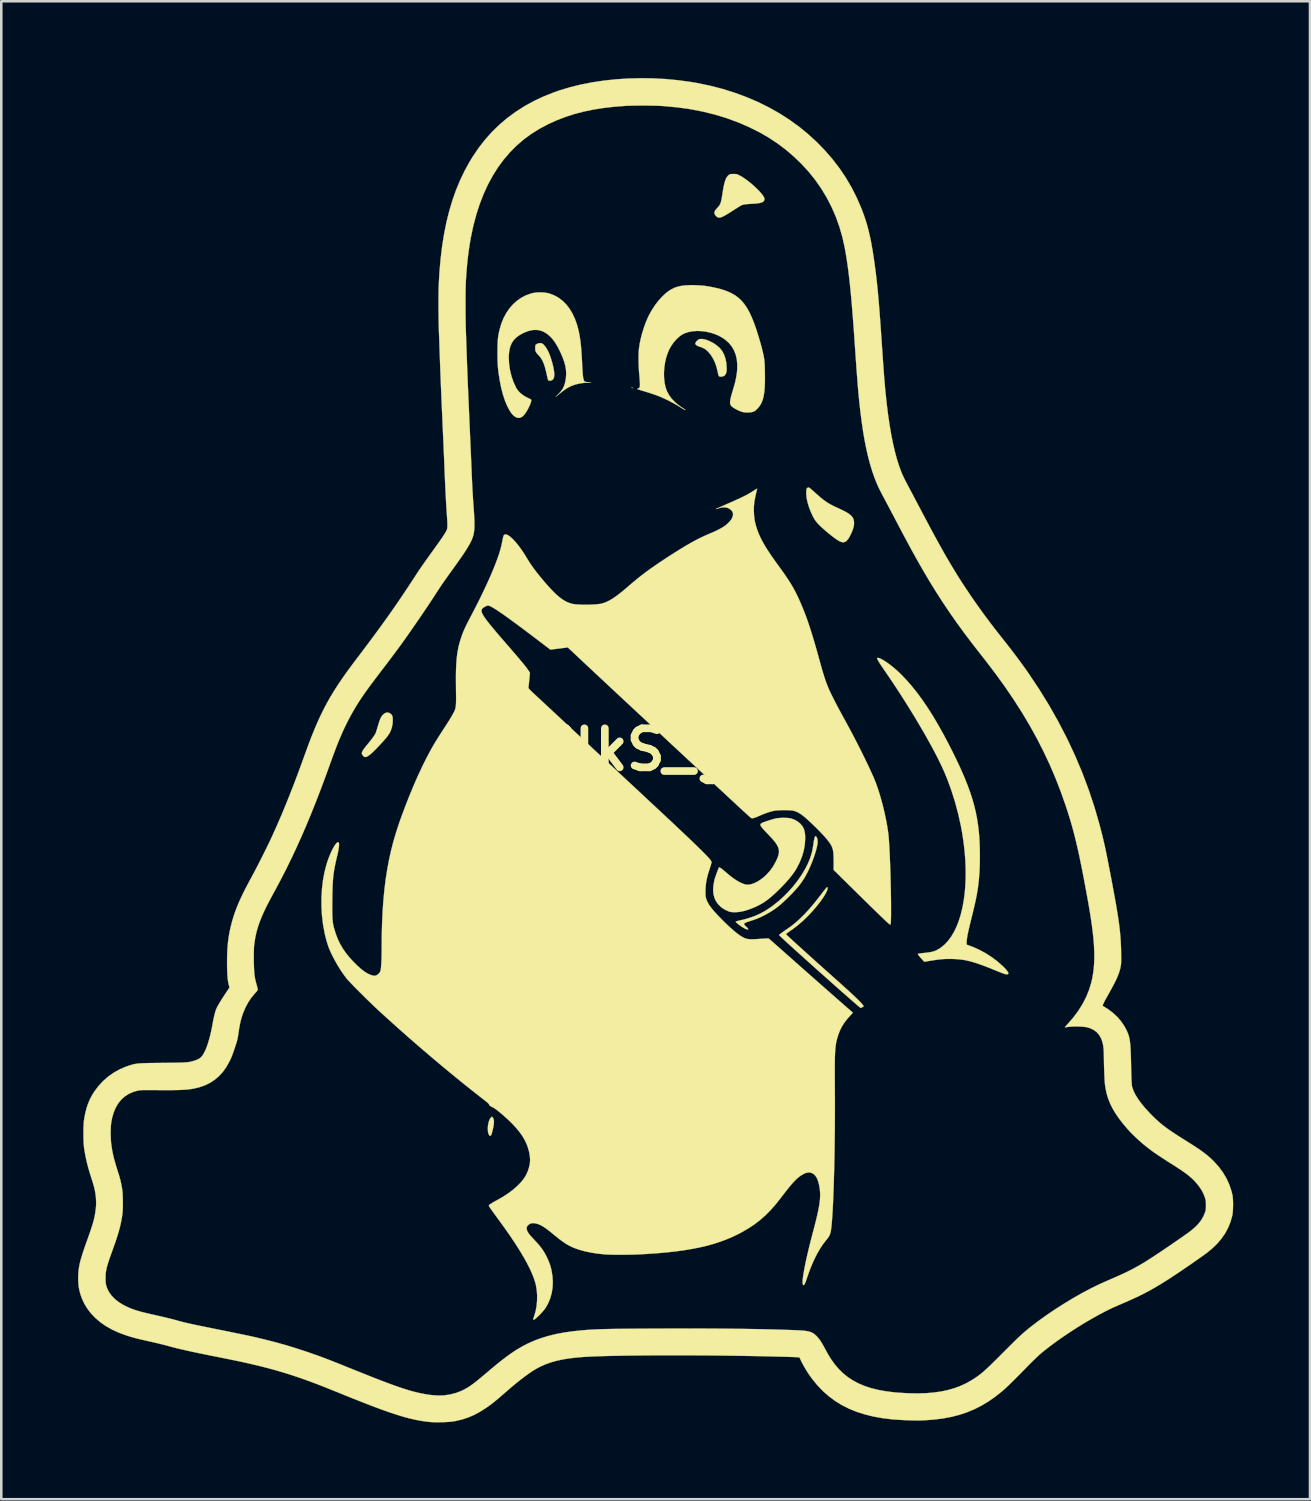
<source format=kicad_pcb>
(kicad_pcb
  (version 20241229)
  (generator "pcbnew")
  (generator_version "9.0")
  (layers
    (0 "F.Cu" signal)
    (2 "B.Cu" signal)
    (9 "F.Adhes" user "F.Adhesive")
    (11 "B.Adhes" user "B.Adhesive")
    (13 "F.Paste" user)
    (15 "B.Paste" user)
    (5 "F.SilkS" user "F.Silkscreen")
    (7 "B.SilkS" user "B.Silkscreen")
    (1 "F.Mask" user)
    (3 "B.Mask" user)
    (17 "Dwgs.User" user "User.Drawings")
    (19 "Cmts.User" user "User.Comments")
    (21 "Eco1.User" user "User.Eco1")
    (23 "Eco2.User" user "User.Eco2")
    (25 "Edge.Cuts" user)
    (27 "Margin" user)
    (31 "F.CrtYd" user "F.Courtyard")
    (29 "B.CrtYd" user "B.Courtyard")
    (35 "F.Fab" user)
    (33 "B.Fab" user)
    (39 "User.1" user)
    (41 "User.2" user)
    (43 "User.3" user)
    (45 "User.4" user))
  (footprint "F.SilkS_g839"
    (layer "F.Cu")
    (at 22.498 26.232)
    (property "Reference" "F.SilkS_g839" (at 0 0 0) (layer "F.SilkS") (effects (font (size 1.524 1.524) (thickness 0.3))))
    (attr through_hole)
    (fp_poly (pts (xy -0.88 -14.149) (xy -0.882 -14.14) (xy -0.889 -14.139) (xy -0.901 -14.144) (xy -0.898 -14.149) (xy -0.882 -14.15) (xy -0.88 -14.149)) (stroke (width 0.01) (type solid)) (fill yes) (layer "F.SilkS"))
    (fp_poly (pts (xy -0.822 -14.134) (xy -0.826 -14.127) (xy -0.841 -14.126) (xy -0.856 -14.13) (xy -0.849 -14.135) (xy -0.827 -14.137) (xy -0.822 -14.134)) (stroke (width 0.01) (type solid)) (fill yes) (layer "F.SilkS"))
    (fp_poly (pts (xy -6.301 14.367) (xy -6.274 14.411) (xy -6.259 14.468) (xy -6.255 14.542) (xy -6.262 14.634) (xy -6.281 14.747) (xy -6.304 14.852) (xy -6.328 14.948) (xy -6.35 15.018) (xy -6.371 15.063) (xy -6.391 15.084) (xy -6.412 15.084) (xy -6.433 15.066) (xy -6.465 15.012) (xy -6.485 14.939) (xy -6.494 14.846) (xy -6.495 14.803) (xy -6.488 14.685) (xy -6.469 14.577) (xy -6.441 14.482) (xy -6.403 14.406) (xy -6.364 14.358) (xy -6.333 14.33) (xy -6.301 14.367)) (stroke (width 0.01) (type solid)) (fill yes) (layer "F.SilkS"))
    (fp_poly (pts (xy -4.395 -15.875) (xy -4.353 -15.853) (xy -4.307 -15.813) (xy -4.257 -15.754) (xy -4.19 -15.657) (xy -4.127 -15.537) (xy -4.067 -15.393) (xy -4.024 -15.267) (xy -3.97 -15.083) (xy -3.931 -14.921) (xy -3.907 -14.781) (xy -3.898 -14.663) (xy -3.904 -14.569) (xy -3.926 -14.497) (xy -3.949 -14.462) (xy -3.995 -14.429) (xy -4.053 -14.412) (xy -4.113 -14.414) (xy -4.121 -14.416) (xy -4.133 -14.428) (xy -4.146 -14.46) (xy -4.161 -14.515) (xy -4.179 -14.593) (xy -4.189 -14.637) (xy -4.227 -14.803) (xy -4.264 -14.944) (xy -4.303 -15.064) (xy -4.345 -15.165) (xy -4.391 -15.252) (xy -4.442 -15.327) (xy -4.5 -15.395) (xy -4.507 -15.401) (xy -4.562 -15.46) (xy -4.6 -15.506) (xy -4.624 -15.547) (xy -4.637 -15.59) (xy -4.642 -15.641) (xy -4.643 -15.686) (xy -4.642 -15.744) (xy -4.638 -15.782) (xy -4.629 -15.807) (xy -4.615 -15.826) (xy -4.61 -15.83) (xy -4.575 -15.852) (xy -4.523 -15.87) (xy -4.496 -15.876) (xy -4.441 -15.882) (xy -4.395 -15.875)) (stroke (width 0.01) (type solid)) (fill yes) (layer "F.SilkS"))
    (fp_poly (pts (xy 1.957 -16.03) (xy 2.055 -16.003) (xy 2.159 -15.962) (xy 2.265 -15.909) (xy 2.369 -15.847) (xy 2.467 -15.776) (xy 2.555 -15.697) (xy 2.583 -15.669) (xy 2.668 -15.558) (xy 2.736 -15.426) (xy 2.787 -15.275) (xy 2.821 -15.107) (xy 2.835 -14.925) (xy 2.836 -14.873) (xy 2.828 -14.767) (xy 2.803 -14.684) (xy 2.762 -14.623) (xy 2.738 -14.603) (xy 2.693 -14.582) (xy 2.637 -14.57) (xy 2.584 -14.57) (xy 2.559 -14.576) (xy 2.542 -14.584) (xy 2.529 -14.594) (xy 2.52 -14.611) (xy 2.51 -14.64) (xy 2.5 -14.686) (xy 2.485 -14.754) (xy 2.484 -14.76) (xy 2.437 -14.952) (xy 2.378 -15.123) (xy 2.305 -15.276) (xy 2.216 -15.417) (xy 2.199 -15.44) (xy 2.114 -15.543) (xy 2.027 -15.623) (xy 1.931 -15.682) (xy 1.822 -15.727) (xy 1.775 -15.741) (xy 1.712 -15.764) (xy 1.66 -15.794) (xy 1.623 -15.828) (xy 1.609 -15.861) (xy 1.609 -15.863) (xy 1.619 -15.898) (xy 1.648 -15.941) (xy 1.687 -15.983) (xy 1.731 -16.018) (xy 1.731 -16.018) (xy 1.791 -16.039) (xy 1.867 -16.043) (xy 1.957 -16.03)) (stroke (width 0.01) (type solid)) (fill yes) (layer "F.SilkS"))
    (fp_poly (pts (xy -10.332 -1.432) (xy -10.27 -1.386) (xy -10.239 -1.35) (xy -10.222 -1.31) (xy -10.211 -1.249) (xy -10.207 -1.172) (xy -10.21 -1.086) (xy -10.218 -0.998) (xy -10.233 -0.913) (xy -10.242 -0.877) (xy -10.263 -0.806) (xy -10.287 -0.74) (xy -10.317 -0.677) (xy -10.354 -0.613) (xy -10.4 -0.545) (xy -10.458 -0.47) (xy -10.53 -0.385) (xy -10.618 -0.287) (xy -10.724 -0.173) (xy -10.728 -0.169) (xy -10.845 -0.045) (xy -10.947 0.057) (xy -11.034 0.139) (xy -11.109 0.202) (xy -11.172 0.247) (xy -11.224 0.275) (xy -11.268 0.288) (xy -11.304 0.285) (xy -11.311 0.283) (xy -11.348 0.258) (xy -11.382 0.22) (xy -11.408 0.177) (xy -11.416 0.144) (xy -11.411 0.109) (xy -11.395 0.067) (xy -11.366 0.016) (xy -11.322 -0.047) (xy -11.262 -0.124) (xy -11.196 -0.206) (xy -11.108 -0.313) (xy -11.03 -0.413) (xy -10.965 -0.502) (xy -10.913 -0.578) (xy -10.881 -0.632) (xy -10.871 -0.656) (xy -10.856 -0.702) (xy -10.836 -0.765) (xy -10.813 -0.839) (xy -10.794 -0.905) (xy -10.759 -1.022) (xy -10.728 -1.115) (xy -10.7 -1.19) (xy -10.673 -1.25) (xy -10.644 -1.298) (xy -10.613 -1.341) (xy -10.605 -1.35) (xy -10.54 -1.41) (xy -10.47 -1.444) (xy -10.4 -1.451) (xy -10.332 -1.432)) (stroke (width 0.01) (type solid)) (fill yes) (layer "F.SilkS"))
    (fp_poly (pts (xy 6.043 -10.24) (xy 6.065 -10.228) (xy 6.103 -10.199) (xy 6.153 -10.159) (xy 6.21 -10.109) (xy 6.251 -10.072) (xy 6.375 -9.96) (xy 6.485 -9.864) (xy 6.584 -9.783) (xy 6.678 -9.713) (xy 6.771 -9.65) (xy 6.868 -9.592) (xy 6.973 -9.536) (xy 7.092 -9.478) (xy 7.229 -9.415) (xy 7.234 -9.412) (xy 7.379 -9.344) (xy 7.5 -9.282) (xy 7.597 -9.222) (xy 7.673 -9.164) (xy 7.73 -9.106) (xy 7.77 -9.045) (xy 7.795 -8.979) (xy 7.808 -8.907) (xy 7.81 -8.855) (xy 7.806 -8.774) (xy 7.791 -8.693) (xy 7.765 -8.605) (xy 7.725 -8.504) (xy 7.691 -8.429) (xy 7.632 -8.313) (xy 7.577 -8.224) (xy 7.522 -8.159) (xy 7.466 -8.119) (xy 7.407 -8.102) (xy 7.343 -8.105) (xy 7.272 -8.129) (xy 7.245 -8.142) (xy 7.182 -8.178) (xy 7.103 -8.23) (xy 7.012 -8.296) (xy 6.912 -8.372) (xy 6.809 -8.455) (xy 6.705 -8.542) (xy 6.605 -8.63) (xy 6.513 -8.714) (xy 6.449 -8.777) (xy 6.375 -8.855) (xy 6.312 -8.933) (xy 6.256 -9.017) (xy 6.203 -9.112) (xy 6.15 -9.226) (xy 6.118 -9.299) (xy 6.046 -9.486) (xy 5.993 -9.665) (xy 5.958 -9.832) (xy 5.943 -9.985) (xy 5.943 -10.054) (xy 5.946 -10.119) (xy 5.951 -10.163) (xy 5.959 -10.191) (xy 5.972 -10.211) (xy 5.978 -10.218) (xy 6.013 -10.24) (xy 6.043 -10.24)) (stroke (width 0.01) (type solid)) (fill yes) (layer "F.SilkS"))
    (fp_poly (pts (xy 3.161 -22.485) (xy 3.207 -22.482) (xy 3.246 -22.472) (xy 3.289 -22.454) (xy 3.346 -22.426) (xy 3.456 -22.363) (xy 3.576 -22.282) (xy 3.703 -22.186) (xy 3.831 -22.081) (xy 3.955 -21.97) (xy 4.069 -21.858) (xy 4.169 -21.749) (xy 4.232 -21.671) (xy 4.279 -21.603) (xy 4.305 -21.549) (xy 4.313 -21.504) (xy 4.304 -21.463) (xy 4.282 -21.427) (xy 4.248 -21.397) (xy 4.198 -21.373) (xy 4.131 -21.354) (xy 4.044 -21.34) (xy 3.933 -21.329) (xy 3.814 -21.322) (xy 3.701 -21.315) (xy 3.61 -21.308) (xy 3.539 -21.299) (xy 3.483 -21.288) (xy 3.436 -21.274) (xy 3.395 -21.256) (xy 3.394 -21.255) (xy 3.37 -21.241) (xy 3.326 -21.215) (xy 3.267 -21.178) (xy 3.196 -21.133) (xy 3.118 -21.082) (xy 3.076 -21.056) (xy 2.951 -20.976) (xy 2.847 -20.912) (xy 2.761 -20.862) (xy 2.69 -20.825) (xy 2.632 -20.799) (xy 2.585 -20.785) (xy 2.545 -20.781) (xy 2.512 -20.785) (xy 2.49 -20.792) (xy 2.438 -20.825) (xy 2.393 -20.872) (xy 2.364 -20.925) (xy 2.357 -20.966) (xy 2.359 -20.999) (xy 2.369 -21.03) (xy 2.389 -21.064) (xy 2.422 -21.107) (xy 2.472 -21.163) (xy 2.481 -21.173) (xy 2.516 -21.212) (xy 2.544 -21.249) (xy 2.568 -21.287) (xy 2.588 -21.329) (xy 2.606 -21.38) (xy 2.622 -21.443) (xy 2.639 -21.521) (xy 2.655 -21.618) (xy 2.674 -21.737) (xy 2.688 -21.828) (xy 2.715 -21.986) (xy 2.744 -22.118) (xy 2.776 -22.226) (xy 2.812 -22.313) (xy 2.852 -22.382) (xy 2.899 -22.433) (xy 2.923 -22.452) (xy 2.949 -22.469) (xy 2.977 -22.479) (xy 3.014 -22.484) (xy 3.069 -22.486) (xy 3.099 -22.486) (xy 3.161 -22.485)) (stroke (width 0.01) (type solid)) (fill yes) (layer "F.SilkS"))
    (fp_poly (pts (xy 6.323 3.382) (xy 6.341 3.403) (xy 6.376 3.482) (xy 6.389 3.577) (xy 6.382 3.679) (xy 6.36 3.794) (xy 6.326 3.929) (xy 6.281 4.077) (xy 6.228 4.234) (xy 6.167 4.394) (xy 6.102 4.552) (xy 6.034 4.704) (xy 6.019 4.734) (xy 5.942 4.884) (xy 5.862 5.024) (xy 5.775 5.156) (xy 5.679 5.287) (xy 5.569 5.42) (xy 5.443 5.559) (xy 5.298 5.71) (xy 5.278 5.73) (xy 5.132 5.872) (xy 4.998 5.996) (xy 4.872 6.103) (xy 4.749 6.198) (xy 4.624 6.284) (xy 4.493 6.364) (xy 4.352 6.443) (xy 4.299 6.47) (xy 4.202 6.519) (xy 4.117 6.559) (xy 4.037 6.593) (xy 3.954 6.625) (xy 3.86 6.657) (xy 3.746 6.694) (xy 3.739 6.696) (xy 3.647 6.726) (xy 3.579 6.752) (xy 3.537 6.776) (xy 3.517 6.8) (xy 3.519 6.827) (xy 3.54 6.859) (xy 3.58 6.899) (xy 3.599 6.915) (xy 3.649 6.963) (xy 3.674 6.998) (xy 3.675 7.018) (xy 3.654 7.024) (xy 3.61 7.013) (xy 3.557 6.992) (xy 3.505 6.964) (xy 3.445 6.928) (xy 3.383 6.887) (xy 3.322 6.843) (xy 3.268 6.801) (xy 3.224 6.764) (xy 3.197 6.736) (xy 3.189 6.721) (xy 3.202 6.711) (xy 3.237 6.697) (xy 3.287 6.684) (xy 3.298 6.681) (xy 3.537 6.625) (xy 3.753 6.561) (xy 3.952 6.489) (xy 4.139 6.405) (xy 4.32 6.307) (xy 4.499 6.193) (xy 4.65 6.085) (xy 4.865 5.913) (xy 5.072 5.726) (xy 5.267 5.527) (xy 5.449 5.319) (xy 5.616 5.105) (xy 5.766 4.886) (xy 5.898 4.667) (xy 6.009 4.448) (xy 6.097 4.234) (xy 6.161 4.026) (xy 6.167 4.004) (xy 6.179 3.945) (xy 6.194 3.867) (xy 6.208 3.781) (xy 6.222 3.696) (xy 6.223 3.686) (xy 6.24 3.574) (xy 6.257 3.488) (xy 6.273 3.428) (xy 6.288 3.391) (xy 6.305 3.376) (xy 6.323 3.382)) (stroke (width 0.01) (type solid)) (fill yes) (layer "F.SilkS"))
    (fp_poly (pts (xy 6.777 5.38) (xy 6.78 5.412) (xy 6.769 5.461) (xy 6.745 5.524) (xy 6.709 5.599) (xy 6.662 5.683) (xy 6.61 5.766) (xy 6.477 5.954) (xy 6.325 6.146) (xy 6.159 6.336) (xy 5.983 6.52) (xy 5.802 6.694) (xy 5.619 6.852) (xy 5.44 6.991) (xy 5.348 7.055) (xy 5.295 7.092) (xy 5.243 7.129) (xy 5.203 7.158) (xy 5.203 7.159) (xy 5.149 7.2) (xy 5.196 7.25) (xy 5.227 7.281) (xy 5.28 7.331) (xy 5.353 7.399) (xy 5.445 7.483) (xy 5.556 7.585) (xy 5.686 7.703) (xy 5.834 7.837) (xy 6 7.986) (xy 6.183 8.151) (xy 6.382 8.33) (xy 6.598 8.523) (xy 6.653 8.572) (xy 6.831 8.731) (xy 6.988 8.872) (xy 7.128 8.997) (xy 7.251 9.107) (xy 7.359 9.204) (xy 7.453 9.289) (xy 7.536 9.364) (xy 7.608 9.429) (xy 7.671 9.487) (xy 7.727 9.538) (xy 7.776 9.584) (xy 7.822 9.627) (xy 7.864 9.667) (xy 7.905 9.706) (xy 7.946 9.746) (xy 7.95 9.75) (xy 8.029 9.829) (xy 8.094 9.898) (xy 8.143 9.954) (xy 8.173 9.995) (xy 8.184 10.02) (xy 8.184 10.021) (xy 8.173 10.032) (xy 8.147 10.05) (xy 8.114 10.069) (xy 8.084 10.084) (xy 8.068 10.089) (xy 8.057 10.081) (xy 8.027 10.055) (xy 7.981 10.017) (xy 7.922 9.966) (xy 7.853 9.907) (xy 7.777 9.84) (xy 7.767 9.832) (xy 7.643 9.724) (xy 7.51 9.607) (xy 7.368 9.483) (xy 7.219 9.351) (xy 7.065 9.215) (xy 6.906 9.074) (xy 6.745 8.93) (xy 6.582 8.785) (xy 6.418 8.64) (xy 6.256 8.495) (xy 6.097 8.352) (xy 5.942 8.212) (xy 5.792 8.077) (xy 5.648 7.948) (xy 5.513 7.826) (xy 5.387 7.711) (xy 5.272 7.607) (xy 5.169 7.513) (xy 5.08 7.43) (xy 5.006 7.361) (xy 4.948 7.306) (xy 4.907 7.267) (xy 4.886 7.245) (xy 4.882 7.24) (xy 4.894 7.226) (xy 4.925 7.2) (xy 4.973 7.163) (xy 5.034 7.118) (xy 5.105 7.068) (xy 5.182 7.015) (xy 5.2 7.003) (xy 5.373 6.88) (xy 5.544 6.741) (xy 5.717 6.584) (xy 5.893 6.408) (xy 6.073 6.211) (xy 6.259 5.991) (xy 6.453 5.748) (xy 6.562 5.605) (xy 6.616 5.534) (xy 6.665 5.472) (xy 6.707 5.422) (xy 6.738 5.387) (xy 6.757 5.37) (xy 6.759 5.369) (xy 6.777 5.38)) (stroke (width 0.01) (type solid)) (fill yes) (layer "F.SilkS"))
    (fp_poly (pts (xy 5.14 2.662) (xy 5.236 2.668) (xy 5.316 2.679) (xy 5.348 2.686) (xy 5.475 2.732) (xy 5.592 2.796) (xy 5.693 2.874) (xy 5.775 2.963) (xy 5.816 3.027) (xy 5.851 3.102) (xy 5.876 3.181) (xy 5.892 3.269) (xy 5.9 3.373) (xy 5.902 3.478) (xy 5.887 3.707) (xy 5.846 3.939) (xy 5.778 4.172) (xy 5.683 4.406) (xy 5.564 4.638) (xy 5.531 4.694) (xy 5.452 4.812) (xy 5.355 4.942) (xy 5.241 5.08) (xy 5.114 5.222) (xy 4.979 5.364) (xy 4.839 5.504) (xy 4.698 5.636) (xy 4.56 5.757) (xy 4.428 5.864) (xy 4.306 5.951) (xy 4.283 5.966) (xy 4.145 6.047) (xy 3.993 6.124) (xy 3.832 6.193) (xy 3.67 6.253) (xy 3.515 6.299) (xy 3.381 6.329) (xy 3.286 6.341) (xy 3.187 6.347) (xy 3.092 6.347) (xy 3.01 6.341) (xy 2.97 6.334) (xy 2.911 6.315) (xy 2.838 6.283) (xy 2.76 6.243) (xy 2.687 6.2) (xy 2.626 6.157) (xy 2.616 6.149) (xy 2.505 6.04) (xy 2.418 5.918) (xy 2.356 5.783) (xy 2.319 5.634) (xy 2.306 5.472) (xy 2.318 5.295) (xy 2.354 5.105) (xy 2.358 5.087) (xy 2.372 5.038) (xy 2.392 4.976) (xy 2.417 4.904) (xy 2.443 4.83) (xy 2.47 4.758) (xy 2.495 4.693) (xy 2.516 4.64) (xy 2.532 4.606) (xy 2.538 4.596) (xy 2.555 4.599) (xy 2.589 4.617) (xy 2.636 4.65) (xy 2.693 4.693) (xy 2.756 4.746) (xy 2.803 4.787) (xy 2.943 4.906) (xy 3.081 5.012) (xy 3.214 5.102) (xy 3.34 5.175) (xy 3.456 5.229) (xy 3.559 5.263) (xy 3.618 5.273) (xy 3.716 5.271) (xy 3.825 5.246) (xy 3.942 5.201) (xy 4.064 5.137) (xy 4.186 5.056) (xy 4.307 4.96) (xy 4.382 4.889) (xy 4.525 4.733) (xy 4.647 4.563) (xy 4.753 4.375) (xy 4.756 4.369) (xy 4.812 4.247) (xy 4.851 4.142) (xy 4.873 4.051) (xy 4.879 3.968) (xy 4.869 3.89) (xy 4.844 3.811) (xy 4.829 3.777) (xy 4.802 3.725) (xy 4.769 3.671) (xy 4.729 3.614) (xy 4.677 3.55) (xy 4.613 3.476) (xy 4.534 3.39) (xy 4.437 3.287) (xy 4.42 3.27) (xy 4.333 3.178) (xy 4.264 3.103) (xy 4.213 3.043) (xy 4.178 2.996) (xy 4.158 2.959) (xy 4.152 2.93) (xy 4.159 2.907) (xy 4.177 2.886) (xy 4.206 2.866) (xy 4.208 2.865) (xy 4.242 2.849) (xy 4.297 2.827) (xy 4.367 2.802) (xy 4.448 2.775) (xy 4.533 2.748) (xy 4.617 2.723) (xy 4.694 2.701) (xy 4.755 2.686) (xy 4.836 2.673) (xy 4.932 2.665) (xy 5.036 2.661) (xy 5.14 2.662)) (stroke (width 0.01) (type solid)) (fill yes) (layer "F.SilkS"))
    (fp_poly (pts (xy -4.286 -17.855) (xy -4.15 -17.833) (xy -4.088 -17.817) (xy -3.905 -17.748) (xy -3.735 -17.654) (xy -3.579 -17.537) (xy -3.436 -17.396) (xy -3.308 -17.232) (xy -3.194 -17.046) (xy -3.096 -16.839) (xy -3.014 -16.612) (xy -2.948 -16.364) (xy -2.922 -16.235) (xy -2.901 -16.116) (xy -2.883 -15.995) (xy -2.867 -15.868) (xy -2.853 -15.73) (xy -2.841 -15.579) (xy -2.829 -15.411) (xy -2.818 -15.222) (xy -2.808 -15.021) (xy -2.8 -14.866) (xy -2.792 -14.737) (xy -2.783 -14.632) (xy -2.773 -14.548) (xy -2.761 -14.483) (xy -2.747 -14.435) (xy -2.731 -14.402) (xy -2.712 -14.382) (xy -2.69 -14.371) (xy -2.658 -14.365) (xy -2.608 -14.358) (xy -2.552 -14.352) (xy -2.551 -14.352) (xy -2.448 -14.341) (xy -2.547 -14.339) (xy -2.729 -14.328) (xy -2.904 -14.303) (xy -3.065 -14.266) (xy -3.208 -14.217) (xy -3.253 -14.197) (xy -3.335 -14.156) (xy -3.416 -14.109) (xy -3.499 -14.053) (xy -3.591 -13.985) (xy -3.697 -13.901) (xy -3.845 -13.78) (xy -3.732 -13.894) (xy -3.645 -13.99) (xy -3.576 -14.086) (xy -3.524 -14.187) (xy -3.485 -14.3) (xy -3.457 -14.431) (xy -3.443 -14.528) (xy -3.433 -14.675) (xy -3.44 -14.824) (xy -3.464 -14.977) (xy -3.506 -15.138) (xy -3.567 -15.31) (xy -3.647 -15.497) (xy -3.69 -15.586) (xy -3.76 -15.724) (xy -3.826 -15.839) (xy -3.89 -15.938) (xy -3.956 -16.026) (xy -4.028 -16.107) (xy -4.057 -16.136) (xy -4.179 -16.242) (xy -4.307 -16.32) (xy -4.44 -16.372) (xy -4.58 -16.396) (xy -4.726 -16.393) (xy -4.88 -16.362) (xy -5.041 -16.305) (xy -5.115 -16.271) (xy -5.26 -16.191) (xy -5.381 -16.102) (xy -5.479 -16.002) (xy -5.556 -15.889) (xy -5.613 -15.76) (xy -5.651 -15.615) (xy -5.671 -15.449) (xy -5.676 -15.303) (xy -5.663 -15.063) (xy -5.627 -14.821) (xy -5.569 -14.584) (xy -5.491 -14.357) (xy -5.393 -14.146) (xy -5.372 -14.108) (xy -5.306 -14.014) (xy -5.216 -13.923) (xy -5.107 -13.839) (xy -4.983 -13.765) (xy -4.879 -13.716) (xy -4.834 -13.696) (xy -4.809 -13.679) (xy -4.799 -13.661) (xy -4.798 -13.643) (xy -4.805 -13.593) (xy -4.827 -13.525) (xy -4.859 -13.445) (xy -4.9 -13.358) (xy -4.948 -13.269) (xy -4.999 -13.183) (xy -5.026 -13.142) (xy -5.097 -13.054) (xy -5.168 -12.994) (xy -5.24 -12.963) (xy -5.313 -12.958) (xy -5.383 -12.98) (xy -5.456 -13.023) (xy -5.525 -13.085) (xy -5.591 -13.167) (xy -5.657 -13.272) (xy -5.725 -13.402) (xy -5.735 -13.421) (xy -5.824 -13.631) (xy -5.902 -13.866) (xy -5.97 -14.126) (xy -6.027 -14.411) (xy -6.075 -14.722) (xy -6.092 -14.862) (xy -6.1 -14.949) (xy -6.107 -15.045) (xy -6.112 -15.152) (xy -6.115 -15.276) (xy -6.116 -15.421) (xy -6.117 -15.515) (xy -6.116 -15.668) (xy -6.114 -15.798) (xy -6.11 -15.909) (xy -6.104 -16.008) (xy -6.094 -16.098) (xy -6.081 -16.185) (xy -6.065 -16.274) (xy -6.043 -16.37) (xy -6.03 -16.425) (xy -5.963 -16.652) (xy -5.877 -16.863) (xy -5.771 -17.058) (xy -5.649 -17.236) (xy -5.51 -17.395) (xy -5.357 -17.534) (xy -5.19 -17.65) (xy -5.012 -17.744) (xy -4.823 -17.813) (xy -4.713 -17.84) (xy -4.579 -17.859) (xy -4.433 -17.863) (xy -4.286 -17.855)) (stroke (width 0.01) (type solid)) (fill yes) (layer "F.SilkS"))
    (fp_poly (pts (xy 8.749 -3.587) (xy 8.811 -3.57) (xy 8.889 -3.534) (xy 8.98 -3.482) (xy 9.082 -3.415) (xy 9.193 -3.335) (xy 9.308 -3.245) (xy 9.426 -3.146) (xy 9.544 -3.04) (xy 9.658 -2.93) (xy 9.66 -2.929) (xy 9.867 -2.711) (xy 10.072 -2.475) (xy 10.276 -2.22) (xy 10.479 -1.944) (xy 10.682 -1.646) (xy 10.885 -1.326) (xy 11.089 -0.982) (xy 11.296 -0.613) (xy 11.505 -0.219) (xy 11.698 0.162) (xy 11.858 0.494) (xy 12.002 0.806) (xy 12.13 1.102) (xy 12.243 1.384) (xy 12.342 1.654) (xy 12.427 1.916) (xy 12.5 2.172) (xy 12.561 2.424) (xy 12.611 2.676) (xy 12.651 2.931) (xy 12.682 3.19) (xy 12.699 3.385) (xy 12.709 3.543) (xy 12.717 3.721) (xy 12.722 3.911) (xy 12.724 4.106) (xy 12.724 4.297) (xy 12.721 4.477) (xy 12.716 4.628) (xy 12.706 4.808) (xy 12.694 4.975) (xy 12.68 5.133) (xy 12.663 5.285) (xy 12.642 5.437) (xy 12.617 5.591) (xy 12.587 5.752) (xy 12.551 5.925) (xy 12.509 6.112) (xy 12.46 6.318) (xy 12.404 6.546) (xy 12.374 6.666) (xy 12.345 6.789) (xy 12.316 6.907) (xy 12.291 7.017) (xy 12.269 7.112) (xy 12.253 7.187) (xy 12.249 7.206) (xy 12.232 7.299) (xy 12.219 7.387) (xy 12.21 7.467) (xy 12.206 7.534) (xy 12.207 7.585) (xy 12.213 7.614) (xy 12.22 7.62) (xy 12.238 7.625) (xy 12.277 7.639) (xy 12.332 7.659) (xy 12.4 7.685) (xy 12.45 7.704) (xy 12.694 7.812) (xy 12.937 7.943) (xy 13.171 8.092) (xy 13.392 8.255) (xy 13.593 8.43) (xy 13.668 8.502) (xy 13.746 8.586) (xy 13.801 8.654) (xy 13.832 8.707) (xy 13.839 8.744) (xy 13.823 8.767) (xy 13.784 8.774) (xy 13.721 8.767) (xy 13.698 8.762) (xy 13.671 8.753) (xy 13.621 8.735) (xy 13.554 8.709) (xy 13.473 8.677) (xy 13.382 8.641) (xy 13.285 8.601) (xy 13.284 8.601) (xy 13.07 8.514) (xy 12.878 8.44) (xy 12.704 8.377) (xy 12.546 8.324) (xy 12.401 8.28) (xy 12.264 8.246) (xy 12.133 8.219) (xy 12.005 8.199) (xy 11.876 8.185) (xy 11.743 8.177) (xy 11.667 8.174) (xy 11.547 8.172) (xy 11.438 8.173) (xy 11.335 8.177) (xy 11.231 8.184) (xy 11.119 8.196) (xy 10.994 8.213) (xy 10.85 8.235) (xy 10.812 8.241) (xy 10.553 8.283) (xy 10.484 8.207) (xy 10.432 8.15) (xy 10.384 8.095) (xy 10.345 8.047) (xy 10.316 8.01) (xy 10.302 7.988) (xy 10.301 7.985) (xy 10.307 7.978) (xy 10.326 7.97) (xy 10.363 7.963) (xy 10.419 7.955) (xy 10.498 7.945) (xy 10.57 7.937) (xy 10.691 7.923) (xy 10.79 7.908) (xy 10.872 7.891) (xy 10.942 7.87) (xy 11.006 7.845) (xy 11.045 7.826) (xy 11.201 7.732) (xy 11.346 7.613) (xy 11.48 7.47) (xy 11.603 7.305) (xy 11.715 7.117) (xy 11.815 6.909) (xy 11.903 6.682) (xy 11.979 6.436) (xy 12.043 6.174) (xy 12.094 5.895) (xy 12.133 5.602) (xy 12.158 5.294) (xy 12.171 4.975) (xy 12.17 4.643) (xy 12.156 4.302) (xy 12.128 3.951) (xy 12.086 3.593) (xy 12.029 3.227) (xy 11.979 2.956) (xy 11.877 2.5) (xy 11.756 2.046) (xy 11.615 1.6) (xy 11.459 1.169) (xy 11.335 0.868) (xy 11.242 0.661) (xy 11.132 0.434) (xy 11.008 0.189) (xy 10.87 -0.072) (xy 10.72 -0.346) (xy 10.559 -0.632) (xy 10.387 -0.926) (xy 10.208 -1.228) (xy 10.02 -1.535) (xy 9.827 -1.845) (xy 9.629 -2.155) (xy 9.428 -2.464) (xy 9.224 -2.769) (xy 9.116 -2.928) (xy 9.019 -3.07) (xy 8.937 -3.191) (xy 8.869 -3.292) (xy 8.815 -3.374) (xy 8.774 -3.441) (xy 8.744 -3.492) (xy 8.724 -3.531) (xy 8.715 -3.558) (xy 8.714 -3.575) (xy 8.721 -3.585) (xy 8.735 -3.588) (xy 8.749 -3.587)) (stroke (width 0.01) (type solid)) (fill yes) (layer "F.SilkS"))
    (fp_poly (pts (xy 1.594 -18.143) (xy 1.742 -18.137) (xy 1.875 -18.127) (xy 2 -18.114) (xy 2.128 -18.094) (xy 2.267 -18.068) (xy 2.368 -18.047) (xy 2.591 -17.993) (xy 2.791 -17.93) (xy 2.97 -17.855) (xy 3.131 -17.768) (xy 3.275 -17.667) (xy 3.405 -17.548) (xy 3.522 -17.411) (xy 3.63 -17.253) (xy 3.73 -17.073) (xy 3.824 -16.868) (xy 3.9 -16.676) (xy 3.954 -16.528) (xy 4.008 -16.368) (xy 4.061 -16.199) (xy 4.113 -16.027) (xy 4.162 -15.858) (xy 4.206 -15.694) (xy 4.243 -15.542) (xy 4.274 -15.406) (xy 4.296 -15.291) (xy 4.297 -15.282) (xy 4.306 -15.214) (xy 4.314 -15.127) (xy 4.32 -15.02) (xy 4.324 -14.891) (xy 4.328 -14.736) (xy 4.328 -14.715) (xy 4.33 -14.49) (xy 4.327 -14.291) (xy 4.318 -14.115) (xy 4.303 -13.96) (xy 4.281 -13.824) (xy 4.253 -13.704) (xy 4.217 -13.599) (xy 4.173 -13.505) (xy 4.121 -13.421) (xy 4.059 -13.345) (xy 4.023 -13.307) (xy 3.959 -13.249) (xy 3.898 -13.21) (xy 3.831 -13.187) (xy 3.75 -13.175) (xy 3.706 -13.173) (xy 3.642 -13.171) (xy 3.583 -13.172) (xy 3.538 -13.174) (xy 3.528 -13.175) (xy 3.451 -13.191) (xy 3.364 -13.221) (xy 3.273 -13.26) (xy 3.185 -13.305) (xy 3.105 -13.354) (xy 3.041 -13.402) (xy 3 -13.445) (xy 2.982 -13.475) (xy 2.971 -13.512) (xy 2.967 -13.558) (xy 2.971 -13.616) (xy 2.982 -13.688) (xy 3.002 -13.777) (xy 3.031 -13.884) (xy 3.069 -14.014) (xy 3.105 -14.132) (xy 3.162 -14.336) (xy 3.206 -14.538) (xy 3.235 -14.73) (xy 3.245 -14.826) (xy 3.25 -15.041) (xy 3.231 -15.241) (xy 3.19 -15.424) (xy 3.125 -15.592) (xy 3.037 -15.745) (xy 2.924 -15.883) (xy 2.789 -16.005) (xy 2.711 -16.062) (xy 2.558 -16.153) (xy 2.393 -16.227) (xy 2.219 -16.284) (xy 2.04 -16.325) (xy 1.86 -16.349) (xy 1.682 -16.356) (xy 1.511 -16.344) (xy 1.35 -16.315) (xy 1.202 -16.267) (xy 1.09 -16.211) (xy 0.984 -16.135) (xy 0.878 -16.037) (xy 0.776 -15.922) (xy 0.684 -15.795) (xy 0.605 -15.661) (xy 0.596 -15.642) (xy 0.524 -15.474) (xy 0.466 -15.291) (xy 0.424 -15.1) (xy 0.397 -14.903) (xy 0.385 -14.706) (xy 0.39 -14.514) (xy 0.41 -14.33) (xy 0.447 -14.16) (xy 0.5 -14.007) (xy 0.507 -13.991) (xy 0.589 -13.842) (xy 0.696 -13.699) (xy 0.83 -13.563) (xy 0.99 -13.432) (xy 1.143 -13.328) (xy 1.189 -13.298) (xy 1.214 -13.278) (xy 1.218 -13.27) (xy 1.211 -13.27) (xy 1.186 -13.281) (xy 1.142 -13.304) (xy 1.086 -13.337) (xy 1.023 -13.377) (xy 0.999 -13.392) (xy 0.884 -13.463) (xy 0.749 -13.539) (xy 0.602 -13.616) (xy 0.45 -13.69) (xy 0.3 -13.759) (xy 0.161 -13.817) (xy 0.113 -13.835) (xy 0.034 -13.864) (xy -0.064 -13.897) (xy -0.173 -13.933) (xy -0.284 -13.968) (xy -0.389 -14) (xy -0.392 -14.001) (xy -0.489 -14.03) (xy -0.562 -14.053) (xy -0.613 -14.069) (xy -0.644 -14.081) (xy -0.658 -14.09) (xy -0.658 -14.096) (xy -0.646 -14.099) (xy -0.607 -14.111) (xy -0.579 -14.131) (xy -0.562 -14.162) (xy -0.554 -14.21) (xy -0.553 -14.278) (xy -0.555 -14.337) (xy -0.56 -14.412) (xy -0.566 -14.504) (xy -0.574 -14.604) (xy -0.583 -14.701) (xy -0.585 -14.725) (xy -0.593 -14.832) (xy -0.599 -14.954) (xy -0.603 -15.085) (xy -0.605 -15.218) (xy -0.606 -15.348) (xy -0.603 -15.469) (xy -0.599 -15.574) (xy -0.592 -15.656) (xy -0.564 -15.851) (xy -0.52 -16.059) (xy -0.464 -16.275) (xy -0.397 -16.489) (xy -0.323 -16.694) (xy -0.243 -16.882) (xy -0.208 -16.954) (xy -0.099 -17.154) (xy 0.025 -17.345) (xy 0.158 -17.522) (xy 0.296 -17.677) (xy 0.31 -17.692) (xy 0.432 -17.807) (xy 0.551 -17.903) (xy 0.672 -17.981) (xy 0.797 -18.042) (xy 0.932 -18.087) (xy 1.078 -18.119) (xy 1.241 -18.137) (xy 1.424 -18.145) (xy 1.594 -18.143)) (stroke (width 0.01) (type solid)) (fill yes) (layer "F.SilkS"))
    (fp_poly (pts (xy 4.029 -10.192) (xy 4.016 -10.151) (xy 4 -10.089) (xy 3.982 -10.012) (xy 3.963 -9.926) (xy 3.945 -9.839) (xy 3.929 -9.756) (xy 3.917 -9.684) (xy 3.914 -9.667) (xy 3.899 -9.506) (xy 3.896 -9.333) (xy 3.904 -9.159) (xy 3.923 -8.994) (xy 3.943 -8.884) (xy 3.981 -8.738) (xy 4.027 -8.593) (xy 4.082 -8.448) (xy 4.148 -8.3) (xy 4.226 -8.146) (xy 4.317 -7.984) (xy 4.424 -7.811) (xy 4.546 -7.625) (xy 4.686 -7.424) (xy 4.804 -7.26) (xy 4.937 -7.077) (xy 5.055 -6.912) (xy 5.158 -6.762) (xy 5.25 -6.624) (xy 5.332 -6.495) (xy 5.406 -6.372) (xy 5.474 -6.25) (xy 5.538 -6.127) (xy 5.601 -6) (xy 5.664 -5.864) (xy 5.728 -5.718) (xy 5.733 -5.708) (xy 5.802 -5.543) (xy 5.869 -5.376) (xy 5.935 -5.203) (xy 6 -5.022) (xy 6.065 -4.83) (xy 6.131 -4.625) (xy 6.2 -4.404) (xy 6.271 -4.164) (xy 6.346 -3.903) (xy 6.425 -3.617) (xy 6.456 -3.507) (xy 6.513 -3.301) (xy 6.564 -3.12) (xy 6.612 -2.96) (xy 6.657 -2.817) (xy 6.7 -2.689) (xy 6.743 -2.572) (xy 6.785 -2.463) (xy 6.818 -2.385) (xy 6.855 -2.302) (xy 6.904 -2.199) (xy 6.963 -2.079) (xy 7.031 -1.945) (xy 7.104 -1.802) (xy 7.182 -1.653) (xy 7.263 -1.502) (xy 7.344 -1.352) (xy 7.397 -1.256) (xy 7.54 -0.994) (xy 7.684 -0.727) (xy 7.825 -0.459) (xy 7.963 -0.191) (xy 8.096 0.071) (xy 8.221 0.326) (xy 8.338 0.568) (xy 8.445 0.796) (xy 8.54 1.005) (xy 8.596 1.134) (xy 8.67 1.319) (xy 8.743 1.528) (xy 8.815 1.755) (xy 8.884 1.995) (xy 8.949 2.243) (xy 9.008 2.495) (xy 9.061 2.745) (xy 9.105 2.988) (xy 9.141 3.22) (xy 9.149 3.288) (xy 9.159 3.376) (xy 9.168 3.485) (xy 9.177 3.612) (xy 9.186 3.755) (xy 9.194 3.912) (xy 9.203 4.081) (xy 9.21 4.261) (xy 9.218 4.448) (xy 9.224 4.641) (xy 9.231 4.838) (xy 9.236 5.037) (xy 9.241 5.235) (xy 9.246 5.431) (xy 9.249 5.622) (xy 9.252 5.807) (xy 9.254 5.983) (xy 9.255 6.148) (xy 9.255 6.3) (xy 9.255 6.437) (xy 9.253 6.558) (xy 9.25 6.659) (xy 9.246 6.739) (xy 9.241 6.796) (xy 9.234 6.828) (xy 9.231 6.833) (xy 9.225 6.834) (xy 9.213 6.828) (xy 9.195 6.816) (xy 9.169 6.795) (xy 9.134 6.766) (xy 9.09 6.727) (xy 9.036 6.677) (xy 8.971 6.615) (xy 8.893 6.54) (xy 8.801 6.452) (xy 8.696 6.35) (xy 8.575 6.232) (xy 8.438 6.099) (xy 8.284 5.947) (xy 8.112 5.778) (xy 7.921 5.59) (xy 7.914 5.583) (xy 7.013 4.696) (xy 7.013 4.361) (xy 7.012 4.217) (xy 7.008 4.097) (xy 6.999 3.996) (xy 6.984 3.91) (xy 6.962 3.833) (xy 6.931 3.761) (xy 6.891 3.689) (xy 6.84 3.614) (xy 6.779 3.533) (xy 6.72 3.462) (xy 6.644 3.375) (xy 6.553 3.278) (xy 6.451 3.171) (xy 6.34 3.06) (xy 6.226 2.948) (xy 6.11 2.838) (xy 6.103 2.832) (xy 5.989 2.727) (xy 5.89 2.64) (xy 5.804 2.57) (xy 5.727 2.514) (xy 5.655 2.469) (xy 5.586 2.434) (xy 5.515 2.405) (xy 5.467 2.39) (xy 5.414 2.379) (xy 5.339 2.37) (xy 5.247 2.365) (xy 5.144 2.362) (xy 5.037 2.362) (xy 4.93 2.364) (xy 4.83 2.37) (xy 4.743 2.378) (xy 4.674 2.389) (xy 4.673 2.389) (xy 4.528 2.426) (xy 4.373 2.477) (xy 4.202 2.544) (xy 4.107 2.586) (xy 4.034 2.617) (xy 3.966 2.644) (xy 3.908 2.664) (xy 3.867 2.676) (xy 3.858 2.677) (xy 3.837 2.679) (xy 3.818 2.678) (xy 3.798 2.67) (xy 3.773 2.654) (xy 3.739 2.626) (xy 3.693 2.585) (xy 3.63 2.527) (xy 3.618 2.517) (xy 3.55 2.454) (xy 3.463 2.374) (xy 3.357 2.276) (xy 3.234 2.162) (xy 3.095 2.033) (xy 2.941 1.891) (xy 2.774 1.735) (xy 2.594 1.568) (xy 2.403 1.391) (xy 2.202 1.204) (xy 1.991 1.008) (xy 1.773 0.805) (xy 1.549 0.596) (xy 1.318 0.382) (xy 1.084 0.164) (xy 0.846 -0.057) (xy 0.606 -0.28) (xy 0.366 -0.504) (xy 0.126 -0.728) (xy -0.113 -0.95) (xy -0.349 -1.17) (xy -0.581 -1.386) (xy -0.808 -1.598) (xy -1.029 -1.804) (xy -1.243 -2.003) (xy -1.448 -2.194) (xy -1.643 -2.376) (xy -1.828 -2.549) (xy -2 -2.71) (xy -2.16 -2.859) (xy -2.305 -2.994) (xy -2.434 -3.116) (xy -2.547 -3.221) (xy -2.643 -3.311) (xy -2.707 -3.371) (xy -2.804 -3.463) (xy -2.9 -3.553) (xy -2.991 -3.638) (xy -3.073 -3.716) (xy -3.145 -3.783) (xy -3.204 -3.838) (xy -3.245 -3.877) (xy -3.253 -3.884) (xy -3.371 -3.994) (xy -3.71 -3.951) (xy -4.05 -3.908) (xy -4.371 -4.153) (xy -4.638 -4.356) (xy -4.884 -4.542) (xy -5.109 -4.711) (xy -5.314 -4.864) (xy -5.5 -5.001) (xy -5.668 -5.123) (xy -5.818 -5.231) (xy -5.952 -5.325) (xy -6.069 -5.405) (xy -6.171 -5.472) (xy -6.259 -5.526) (xy -6.332 -5.569) (xy -6.392 -5.6) (xy -6.44 -5.62) (xy -6.476 -5.629) (xy -6.489 -5.63) (xy -6.518 -5.624) (xy -6.562 -5.607) (xy -6.608 -5.585) (xy -6.649 -5.561) (xy -6.684 -5.537) (xy -6.711 -5.51) (xy -6.73 -5.481) (xy -6.74 -5.448) (xy -6.739 -5.409) (xy -6.729 -5.363) (xy -6.707 -5.309) (xy -6.673 -5.246) (xy -6.626 -5.173) (xy -6.566 -5.089) (xy -6.492 -4.991) (xy -6.404 -4.88) (xy -6.299 -4.753) (xy -6.179 -4.609) (xy -6.042 -4.448) (xy -5.887 -4.268) (xy -5.764 -4.127) (xy -5.621 -3.962) (xy -5.496 -3.816) (xy -5.386 -3.689) (xy -5.291 -3.577) (xy -5.209 -3.48) (xy -5.14 -3.397) (xy -5.081 -3.325) (xy -5.031 -3.262) (xy -4.989 -3.208) (xy -4.954 -3.161) (xy -4.924 -3.118) (xy -4.898 -3.079) (xy -4.897 -3.078) (xy -4.849 -3.002) (xy -4.874 -2.74) (xy -4.883 -2.653) (xy -4.891 -2.575) (xy -4.898 -2.508) (xy -4.903 -2.459) (xy -4.906 -2.434) (xy -4.907 -2.422) (xy -4.904 -2.409) (xy -4.896 -2.393) (xy -4.88 -2.372) (xy -4.854 -2.343) (xy -4.817 -2.306) (xy -4.766 -2.256) (xy -4.7 -2.194) (xy -4.616 -2.115) (xy -4.548 -2.052) (xy -4.5 -2.007) (xy -4.432 -1.944) (xy -4.346 -1.864) (xy -4.243 -1.768) (xy -4.124 -1.657) (xy -3.991 -1.534) (xy -3.846 -1.398) (xy -3.688 -1.252) (xy -3.52 -1.095) (xy -3.343 -0.93) (xy -3.158 -0.758) (xy -2.966 -0.58) (xy -2.769 -0.396) (xy -2.567 -0.209) (xy -2.363 -0.019) (xy -2.237 0.099) (xy -1.904 0.408) (xy -1.591 0.699) (xy -1.298 0.973) (xy -1.023 1.229) (xy -0.766 1.468) (xy -0.525 1.692) (xy -0.302 1.901) (xy -0.093 2.095) (xy 0.1 2.276) (xy 0.28 2.444) (xy 0.446 2.599) (xy 0.6 2.743) (xy 0.742 2.876) (xy 0.872 2.999) (xy 0.992 3.112) (xy 1.103 3.217) (xy 1.205 3.313) (xy 1.298 3.401) (xy 1.384 3.483) (xy 1.463 3.559) (xy 1.536 3.63) (xy 1.604 3.696) (xy 1.668 3.757) (xy 1.728 3.816) (xy 1.784 3.871) (xy 1.839 3.925) (xy 1.85 3.937) (xy 1.954 4.04) (xy 2.038 4.126) (xy 2.105 4.197) (xy 2.157 4.254) (xy 2.195 4.3) (xy 2.221 4.336) (xy 2.236 4.366) (xy 2.243 4.39) (xy 2.244 4.4) (xy 2.239 4.424) (xy 2.227 4.47) (xy 2.209 4.533) (xy 2.185 4.608) (xy 2.159 4.689) (xy 2.108 4.85) (xy 2.069 4.995) (xy 2.041 5.133) (xy 2.022 5.271) (xy 2.011 5.417) (xy 2.008 5.475) (xy 2.006 5.587) (xy 2.008 5.678) (xy 2.017 5.754) (xy 2.034 5.823) (xy 2.06 5.892) (xy 2.095 5.967) (xy 2.103 5.981) (xy 2.144 6.053) (xy 2.197 6.129) (xy 2.262 6.214) (xy 2.342 6.309) (xy 2.438 6.416) (xy 2.554 6.537) (xy 2.61 6.595) (xy 2.786 6.77) (xy 2.948 6.924) (xy 3.097 7.057) (xy 3.232 7.168) (xy 3.353 7.256) (xy 3.459 7.322) (xy 3.55 7.366) (xy 3.551 7.366) (xy 3.604 7.383) (xy 3.662 7.395) (xy 3.73 7.402) (xy 3.812 7.405) (xy 3.911 7.403) (xy 4.03 7.397) (xy 4.153 7.388) (xy 4.244 7.382) (xy 4.326 7.377) (xy 4.394 7.374) (xy 4.445 7.373) (xy 4.473 7.375) (xy 4.477 7.376) (xy 4.491 7.387) (xy 4.524 7.415) (xy 4.573 7.458) (xy 4.638 7.515) (xy 4.715 7.583) (xy 4.804 7.662) (xy 4.902 7.748) (xy 5.006 7.841) (xy 5.052 7.881) (xy 5.27 8.075) (xy 5.487 8.267) (xy 5.701 8.457) (xy 5.912 8.643) (xy 6.117 8.825) (xy 6.316 9) (xy 6.507 9.169) (xy 6.689 9.33) (xy 6.861 9.481) (xy 7.022 9.622) (xy 7.169 9.752) (xy 7.303 9.869) (xy 7.421 9.973) (xy 7.523 10.062) (xy 7.607 10.134) (xy 7.671 10.19) (xy 7.697 10.212) (xy 7.766 10.271) (xy 7.654 10.393) (xy 7.532 10.532) (xy 7.431 10.664) (xy 7.348 10.794) (xy 7.278 10.927) (xy 7.219 11.07) (xy 7.189 11.156) (xy 7.167 11.224) (xy 7.148 11.29) (xy 7.13 11.355) (xy 7.116 11.422) (xy 7.103 11.491) (xy 7.092 11.566) (xy 7.082 11.648) (xy 7.075 11.74) (xy 7.069 11.842) (xy 7.064 11.958) (xy 7.061 12.088) (xy 7.059 12.236) (xy 7.058 12.403) (xy 7.057 12.591) (xy 7.058 12.802) (xy 7.059 13.038) (xy 7.06 13.201) (xy 7.062 13.543) (xy 7.063 13.887) (xy 7.062 14.231) (xy 7.061 14.575) (xy 7.058 14.916) (xy 7.054 15.252) (xy 7.05 15.584) (xy 7.044 15.908) (xy 7.038 16.223) (xy 7.03 16.529) (xy 7.022 16.823) (xy 7.013 17.103) (xy 7.003 17.37) (xy 6.993 17.619) (xy 6.982 17.851) (xy 6.97 18.064) (xy 6.958 18.257) (xy 6.945 18.427) (xy 6.932 18.573) (xy 6.919 18.694) (xy 6.906 18.782) (xy 6.886 18.873) (xy 6.86 18.951) (xy 6.822 19.023) (xy 6.769 19.098) (xy 6.716 19.163) (xy 6.598 19.315) (xy 6.48 19.493) (xy 6.365 19.692) (xy 6.255 19.911) (xy 6.152 20.144) (xy 6.056 20.39) (xy 5.998 20.554) (xy 5.961 20.665) (xy 5.93 20.752) (xy 5.905 20.817) (xy 5.884 20.863) (xy 5.866 20.893) (xy 5.85 20.908) (xy 5.835 20.913) (xy 5.816 20.899) (xy 5.804 20.86) (xy 5.801 20.796) (xy 5.805 20.707) (xy 5.817 20.596) (xy 5.837 20.462) (xy 5.864 20.307) (xy 5.898 20.131) (xy 5.939 19.936) (xy 5.987 19.723) (xy 6.041 19.492) (xy 6.102 19.245) (xy 6.17 18.982) (xy 6.221 18.789) (xy 6.282 18.554) (xy 6.335 18.343) (xy 6.379 18.155) (xy 6.416 17.985) (xy 6.444 17.832) (xy 6.465 17.694) (xy 6.479 17.568) (xy 6.485 17.451) (xy 6.486 17.341) (xy 6.48 17.236) (xy 6.468 17.132) (xy 6.45 17.028) (xy 6.447 17.013) (xy 6.415 16.879) (xy 6.375 16.768) (xy 6.327 16.679) (xy 6.285 16.624) (xy 6.211 16.56) (xy 6.129 16.523) (xy 6.039 16.512) (xy 5.941 16.529) (xy 5.834 16.573) (xy 5.72 16.643) (xy 5.655 16.692) (xy 5.595 16.742) (xy 5.534 16.798) (xy 5.47 16.863) (xy 5.401 16.939) (xy 5.325 17.028) (xy 5.24 17.132) (xy 5.144 17.253) (xy 5.035 17.394) (xy 4.948 17.507) (xy 4.75 17.757) (xy 4.552 17.983) (xy 4.35 18.186) (xy 4.141 18.371) (xy 3.921 18.54) (xy 3.686 18.696) (xy 3.433 18.843) (xy 3.295 18.916) (xy 3.071 19.024) (xy 2.839 19.123) (xy 2.599 19.213) (xy 2.347 19.296) (xy 2.083 19.37) (xy 1.804 19.436) (xy 1.509 19.495) (xy 1.197 19.548) (xy 0.864 19.594) (xy 0.511 19.633) (xy 0.134 19.667) (xy -0.267 19.695) (xy -0.591 19.713) (xy -0.712 19.718) (xy -0.849 19.722) (xy -0.996 19.725) (xy -1.15 19.726) (xy -1.304 19.727) (xy -1.454 19.726) (xy -1.595 19.725) (xy -1.723 19.722) (xy -1.833 19.718) (xy -1.919 19.713) (xy -1.92 19.713) (xy -2.203 19.684) (xy -2.471 19.642) (xy -2.72 19.589) (xy -2.947 19.524) (xy -2.956 19.521) (xy -3.075 19.479) (xy -3.185 19.435) (xy -3.29 19.385) (xy -3.393 19.329) (xy -3.499 19.262) (xy -3.611 19.184) (xy -3.733 19.091) (xy -3.87 18.981) (xy -3.93 18.931) (xy -4.054 18.83) (xy -4.161 18.746) (xy -4.254 18.678) (xy -4.337 18.624) (xy -4.412 18.582) (xy -4.482 18.549) (xy -4.552 18.524) (xy -4.624 18.506) (xy -4.704 18.492) (xy -4.767 18.492) (xy -4.823 18.507) (xy -4.878 18.537) (xy -4.939 18.589) (xy -4.973 18.647) (xy -4.979 18.713) (xy -4.959 18.788) (xy -4.945 18.819) (xy -4.925 18.853) (xy -4.904 18.887) (xy -4.877 18.923) (xy -4.843 18.965) (xy -4.798 19.016) (xy -4.74 19.079) (xy -4.667 19.158) (xy -4.631 19.195) (xy -4.505 19.336) (xy -4.398 19.47) (xy -4.307 19.603) (xy -4.227 19.743) (xy -4.186 19.826) (xy -4.115 19.984) (xy -4.061 20.132) (xy -4.019 20.28) (xy -4.007 20.333) (xy -3.969 20.568) (xy -3.955 20.8) (xy -3.967 21.026) (xy -4.004 21.244) (xy -4.065 21.452) (xy -4.149 21.649) (xy -4.252 21.823) (xy -4.29 21.873) (xy -4.338 21.931) (xy -4.395 21.994) (xy -4.455 22.058) (xy -4.517 22.119) (xy -4.575 22.174) (xy -4.626 22.219) (xy -4.668 22.252) (xy -4.695 22.267) (xy -4.699 22.267) (xy -4.717 22.257) (xy -4.719 22.255) (xy -4.718 22.237) (xy -4.709 22.2) (xy -4.693 22.15) (xy -4.686 22.132) (xy -4.63 21.944) (xy -4.591 21.741) (xy -4.571 21.529) (xy -4.568 21.314) (xy -4.583 21.104) (xy -4.618 20.905) (xy -4.621 20.888) (xy -4.673 20.709) (xy -4.746 20.512) (xy -4.841 20.297) (xy -4.958 20.065) (xy -5.096 19.816) (xy -5.256 19.549) (xy -5.438 19.264) (xy -5.642 18.961) (xy -5.867 18.641) (xy -5.992 18.469) (xy -6.093 18.331) (xy -6.178 18.213) (xy -6.25 18.115) (xy -6.308 18.034) (xy -6.355 17.969) (xy -6.391 17.917) (xy -6.417 17.878) (xy -6.436 17.849) (xy -6.447 17.828) (xy -6.453 17.815) (xy -6.455 17.806) (xy -6.454 17.802) (xy -6.435 17.779) (xy -6.39 17.745) (xy -6.319 17.7) (xy -6.223 17.644) (xy -6.11 17.582) (xy -5.894 17.458) (xy -5.694 17.326) (xy -5.512 17.19) (xy -5.351 17.05) (xy -5.211 16.908) (xy -5.096 16.767) (xy -5.014 16.64) (xy -4.967 16.545) (xy -4.923 16.434) (xy -4.886 16.318) (xy -4.859 16.21) (xy -4.854 16.181) (xy -4.842 16.035) (xy -4.852 15.876) (xy -4.881 15.707) (xy -4.931 15.532) (xy -4.979 15.403) (xy -5.052 15.248) (xy -5.141 15.095) (xy -5.249 14.942) (xy -5.378 14.785) (xy -5.53 14.62) (xy -5.574 14.577) (xy -5.666 14.486) (xy -5.764 14.395) (xy -5.862 14.307) (xy -5.958 14.223) (xy -6.049 14.147) (xy -6.132 14.081) (xy -6.204 14.029) (xy -6.26 13.991) (xy -6.288 13.977) (xy -6.366 13.938) (xy -6.418 13.903) (xy -6.444 13.872) (xy -6.446 13.857) (xy -6.451 13.843) (xy -6.471 13.82) (xy -6.507 13.787) (xy -6.561 13.742) (xy -6.634 13.683) (xy -6.729 13.609) (xy -6.738 13.602) (xy -7.111 13.31) (xy -7.5 12.999) (xy -7.901 12.672) (xy -8.312 12.332) (xy -8.73 11.979) (xy -9.152 11.618) (xy -9.575 11.25) (xy -9.996 10.878) (xy -10.412 10.504) (xy -10.689 10.253) (xy -10.786 10.163) (xy -10.891 10.064) (xy -11.003 9.957) (xy -11.12 9.844) (xy -11.239 9.729) (xy -11.357 9.612) (xy -11.473 9.497) (xy -11.584 9.386) (xy -11.688 9.281) (xy -11.782 9.184) (xy -11.865 9.097) (xy -11.933 9.024) (xy -11.986 8.966) (xy -12.014 8.932) (xy -12.137 8.767) (xy -12.261 8.582) (xy -12.381 8.387) (xy -12.493 8.186) (xy -12.594 7.989) (xy -12.679 7.802) (xy -12.693 7.766) (xy -12.726 7.679) (xy -12.76 7.572) (xy -12.796 7.452) (xy -12.829 7.329) (xy -12.859 7.208) (xy -12.868 7.168) (xy -12.93 6.83) (xy -12.971 6.484) (xy -12.992 6.133) (xy -12.992 5.783) (xy -12.972 5.437) (xy -12.932 5.099) (xy -12.871 4.773) (xy -12.79 4.463) (xy -12.789 4.459) (xy -12.747 4.331) (xy -12.701 4.204) (xy -12.651 4.083) (xy -12.6 3.97) (xy -12.548 3.867) (xy -12.498 3.778) (xy -12.45 3.705) (xy -12.407 3.652) (xy -12.369 3.62) (xy -12.345 3.612) (xy -12.321 3.624) (xy -12.308 3.659) (xy -12.305 3.718) (xy -12.312 3.802) (xy -12.328 3.91) (xy -12.355 4.044) (xy -12.388 4.185) (xy -12.424 4.34) (xy -12.455 4.481) (xy -12.481 4.614) (xy -12.503 4.741) (xy -12.521 4.867) (xy -12.535 4.996) (xy -12.546 5.132) (xy -12.555 5.28) (xy -12.561 5.443) (xy -12.566 5.625) (xy -12.569 5.831) (xy -12.569 5.858) (xy -12.571 6.04) (xy -12.572 6.198) (xy -12.571 6.334) (xy -12.569 6.45) (xy -12.565 6.55) (xy -12.56 6.637) (xy -12.552 6.714) (xy -12.543 6.783) (xy -12.531 6.848) (xy -12.516 6.912) (xy -12.503 6.964) (xy -12.434 7.19) (xy -12.354 7.399) (xy -12.26 7.595) (xy -12.148 7.783) (xy -12.018 7.967) (xy -11.865 8.152) (xy -11.739 8.288) (xy -11.588 8.438) (xy -11.446 8.564) (xy -11.312 8.667) (xy -11.187 8.744) (xy -11.072 8.797) (xy -10.983 8.822) (xy -10.933 8.83) (xy -10.898 8.83) (xy -10.865 8.821) (xy -10.828 8.804) (xy -10.757 8.754) (xy -10.706 8.684) (xy -10.682 8.623) (xy -10.674 8.577) (xy -10.666 8.506) (xy -10.659 8.413) (xy -10.653 8.302) (xy -10.647 8.175) (xy -10.643 8.037) (xy -10.641 7.89) (xy -10.64 7.737) (xy -10.64 7.719) (xy -10.636 7.224) (xy -10.623 6.753) (xy -10.602 6.305) (xy -10.572 5.878) (xy -10.533 5.468) (xy -10.485 5.074) (xy -10.426 4.694) (xy -10.358 4.325) (xy -10.279 3.964) (xy -10.189 3.61) (xy -10.087 3.261) (xy -9.974 2.913) (xy -9.915 2.742) (xy -9.745 2.282) (xy -9.573 1.84) (xy -9.4 1.42) (xy -9.226 1.023) (xy -9.052 0.651) (xy -8.973 0.49) (xy -8.882 0.311) (xy -8.796 0.147) (xy -8.712 -0.008) (xy -8.627 -0.158) (xy -8.537 -0.31) (xy -8.438 -0.469) (xy -8.329 -0.641) (xy -8.241 -0.776) (xy -8.142 -0.929) (xy -8.057 -1.06) (xy -7.986 -1.174) (xy -7.927 -1.271) (xy -7.878 -1.355) (xy -7.839 -1.427) (xy -7.807 -1.49) (xy -7.805 -1.495) (xy -7.788 -1.533) (xy -7.773 -1.571) (xy -7.761 -1.61) (xy -7.752 -1.654) (xy -7.745 -1.705) (xy -7.74 -1.766) (xy -7.736 -1.841) (xy -7.734 -1.931) (xy -7.734 -2.04) (xy -7.735 -2.169) (xy -7.737 -2.323) (xy -7.738 -2.42) (xy -7.74 -2.678) (xy -7.74 -2.912) (xy -7.736 -3.122) (xy -7.728 -3.314) (xy -7.716 -3.489) (xy -7.7 -3.65) (xy -7.679 -3.8) (xy -7.654 -3.943) (xy -7.623 -4.081) (xy -7.587 -4.217) (xy -7.544 -4.353) (xy -7.527 -4.405) (xy -7.496 -4.491) (xy -7.465 -4.574) (xy -7.431 -4.656) (xy -7.392 -4.743) (xy -7.347 -4.838) (xy -7.294 -4.946) (xy -7.23 -5.07) (xy -7.162 -5.2) (xy -6.992 -5.526) (xy -6.832 -5.842) (xy -6.684 -6.146) (xy -6.548 -6.436) (xy -6.423 -6.711) (xy -6.311 -6.971) (xy -6.212 -7.214) (xy -6.127 -7.439) (xy -6.056 -7.644) (xy -6 -7.829) (xy -5.959 -7.993) (xy -5.947 -8.05) (xy -5.927 -8.152) (xy -5.911 -8.229) (xy -5.899 -8.287) (xy -5.888 -8.327) (xy -5.878 -8.355) (xy -5.869 -8.374) (xy -5.86 -8.386) (xy -5.823 -8.407) (xy -5.774 -8.406) (xy -5.714 -8.382) (xy -5.645 -8.337) (xy -5.568 -8.273) (xy -5.484 -8.191) (xy -5.395 -8.092) (xy -5.302 -7.978) (xy -5.207 -7.849) (xy -5.11 -7.708) (xy -5.013 -7.556) (xy -4.946 -7.444) (xy -4.852 -7.293) (xy -4.737 -7.127) (xy -4.602 -6.946) (xy -4.448 -6.753) (xy -4.276 -6.548) (xy -4.214 -6.477) (xy -4.07 -6.316) (xy -3.939 -6.178) (xy -3.818 -6.061) (xy -3.704 -5.962) (xy -3.596 -5.881) (xy -3.492 -5.815) (xy -3.389 -5.762) (xy -3.284 -5.722) (xy -3.21 -5.7) (xy -3.138 -5.686) (xy -3.042 -5.675) (xy -2.93 -5.668) (xy -2.804 -5.663) (xy -2.672 -5.662) (xy -2.537 -5.663) (xy -2.406 -5.668) (xy -2.283 -5.675) (xy -2.174 -5.686) (xy -2.084 -5.699) (xy -2.039 -5.708) (xy -1.939 -5.74) (xy -1.836 -5.782) (xy -1.728 -5.837) (xy -1.613 -5.906) (xy -1.489 -5.99) (xy -1.354 -6.092) (xy -1.205 -6.211) (xy -1.041 -6.35) (xy -0.995 -6.391) (xy -0.831 -6.532) (xy -0.669 -6.666) (xy -0.506 -6.796) (xy -0.338 -6.924) (xy -0.161 -7.054) (xy 0.028 -7.186) (xy 0.233 -7.326) (xy 0.456 -7.474) (xy 0.602 -7.568) (xy 0.838 -7.719) (xy 1.054 -7.853) (xy 1.253 -7.973) (xy 1.437 -8.079) (xy 1.608 -8.173) (xy 1.77 -8.257) (xy 1.925 -8.331) (xy 2.075 -8.398) (xy 2.138 -8.425) (xy 2.315 -8.5) (xy 2.467 -8.571) (xy 2.597 -8.639) (xy 2.707 -8.704) (xy 2.8 -8.77) (xy 2.878 -8.837) (xy 2.892 -8.85) (xy 2.964 -8.926) (xy 3.016 -8.994) (xy 3.052 -9.059) (xy 3.07 -9.111) (xy 3.085 -9.189) (xy 3.076 -9.256) (xy 3.043 -9.318) (xy 3.016 -9.351) (xy 2.941 -9.412) (xy 2.851 -9.451) (xy 2.748 -9.467) (xy 2.636 -9.46) (xy 2.532 -9.433) (xy 2.48 -9.416) (xy 2.442 -9.404) (xy 2.419 -9.398) (xy 2.413 -9.398) (xy 2.424 -9.406) (xy 2.454 -9.421) (xy 2.503 -9.443) (xy 2.573 -9.475) (xy 2.666 -9.516) (xy 2.782 -9.567) (xy 2.922 -9.629) (xy 2.949 -9.64) (xy 3.121 -9.716) (xy 3.271 -9.784) (xy 3.4 -9.844) (xy 3.512 -9.898) (xy 3.61 -9.949) (xy 3.697 -9.997) (xy 3.777 -10.044) (xy 3.853 -10.092) (xy 3.872 -10.105) (xy 3.934 -10.145) (xy 3.983 -10.175) (xy 4.016 -10.191) (xy 4.029 -10.194) (xy 4.029 -10.192)) (stroke (width 0.01) (type solid)) (fill yes) (layer "F.SilkS"))
    (fp_poly (pts (xy -0.034 -26.221) (xy 0.45 -26.195) (xy 0.932 -26.149) (xy 1.408 -26.085) (xy 1.672 -26.041) (xy 2.177 -25.936) (xy 2.669 -25.81) (xy 3.147 -25.66) (xy 3.61 -25.489) (xy 4.058 -25.297) (xy 4.49 -25.083) (xy 4.904 -24.849) (xy 5.3 -24.595) (xy 5.677 -24.321) (xy 5.99 -24.065) (xy 6.34 -23.747) (xy 6.664 -23.415) (xy 6.964 -23.07) (xy 7.24 -22.711) (xy 7.491 -22.338) (xy 7.719 -21.95) (xy 7.922 -21.547) (xy 8.102 -21.129) (xy 8.194 -20.884) (xy 8.261 -20.686) (xy 8.323 -20.48) (xy 8.38 -20.263) (xy 8.434 -20.032) (xy 8.484 -19.784) (xy 8.531 -19.517) (xy 8.577 -19.228) (xy 8.62 -18.922) (xy 8.642 -18.759) (xy 8.662 -18.596) (xy 8.682 -18.432) (xy 8.7 -18.265) (xy 8.719 -18.093) (xy 8.736 -17.913) (xy 8.754 -17.724) (xy 8.772 -17.523) (xy 8.789 -17.308) (xy 8.808 -17.077) (xy 8.826 -16.828) (xy 8.846 -16.559) (xy 8.866 -16.267) (xy 8.888 -15.951) (xy 8.904 -15.713) (xy 8.922 -15.451) (xy 8.938 -15.216) (xy 8.953 -15.003) (xy 8.967 -14.81) (xy 8.98 -14.634) (xy 8.993 -14.474) (xy 9.005 -14.325) (xy 9.017 -14.186) (xy 9.029 -14.054) (xy 9.039 -13.956) (xy 9.087 -13.498) (xy 9.141 -13.069) (xy 9.201 -12.666) (xy 9.265 -12.29) (xy 9.336 -11.942) (xy 9.411 -11.62) (xy 9.492 -11.324) (xy 9.579 -11.054) (xy 9.671 -10.811) (xy 9.689 -10.767) (xy 9.713 -10.714) (xy 9.748 -10.641) (xy 9.791 -10.554) (xy 9.84 -10.457) (xy 9.893 -10.356) (xy 9.94 -10.266) (xy 9.986 -10.181) (xy 10.042 -10.075) (xy 10.107 -9.953) (xy 10.178 -9.818) (xy 10.253 -9.676) (xy 10.33 -9.53) (xy 10.407 -9.384) (xy 10.477 -9.251) (xy 10.639 -8.945) (xy 10.79 -8.661) (xy 10.931 -8.399) (xy 11.065 -8.154) (xy 11.191 -7.926) (xy 11.311 -7.712) (xy 11.427 -7.509) (xy 11.541 -7.315) (xy 11.652 -7.128) (xy 11.764 -6.945) (xy 11.876 -6.764) (xy 11.991 -6.583) (xy 12.11 -6.4) (xy 12.171 -6.308) (xy 12.387 -5.985) (xy 12.621 -5.649) (xy 12.868 -5.307) (xy 13.124 -4.963) (xy 13.385 -4.623) (xy 13.57 -4.389) (xy 13.762 -4.145) (xy 13.939 -3.919) (xy 14.102 -3.704) (xy 14.257 -3.498) (xy 14.404 -3.296) (xy 14.549 -3.093) (xy 14.629 -2.977) (xy 15.044 -2.355) (xy 15.433 -1.724) (xy 15.794 -1.085) (xy 16.129 -0.438) (xy 16.436 0.218) (xy 16.717 0.881) (xy 16.97 1.553) (xy 17.197 2.233) (xy 17.396 2.921) (xy 17.482 3.253) (xy 17.513 3.376) (xy 17.54 3.49) (xy 17.566 3.599) (xy 17.59 3.706) (xy 17.615 3.815) (xy 17.639 3.929) (xy 17.665 4.053) (xy 17.692 4.189) (xy 17.722 4.342) (xy 17.756 4.515) (xy 17.794 4.711) (xy 17.8 4.741) (xy 17.86 5.055) (xy 17.914 5.344) (xy 17.963 5.608) (xy 18.007 5.851) (xy 18.047 6.075) (xy 18.081 6.28) (xy 18.112 6.469) (xy 18.138 6.645) (xy 18.161 6.809) (xy 18.18 6.962) (xy 18.196 7.108) (xy 18.209 7.247) (xy 18.22 7.382) (xy 18.228 7.515) (xy 18.234 7.648) (xy 18.239 7.782) (xy 18.241 7.895) (xy 18.243 8.024) (xy 18.244 8.129) (xy 18.244 8.213) (xy 18.243 8.28) (xy 18.241 8.335) (xy 18.237 8.382) (xy 18.231 8.423) (xy 18.225 8.459) (xy 18.204 8.56) (xy 18.176 8.66) (xy 18.141 8.763) (xy 18.098 8.872) (xy 18.045 8.99) (xy 17.98 9.121) (xy 17.903 9.268) (xy 17.811 9.434) (xy 17.784 9.483) (xy 17.711 9.614) (xy 17.65 9.722) (xy 17.603 9.81) (xy 17.568 9.879) (xy 17.543 9.932) (xy 17.528 9.969) (xy 17.523 9.993) (xy 17.526 10.006) (xy 17.528 10.008) (xy 17.743 10.144) (xy 17.932 10.288) (xy 18.098 10.444) (xy 18.242 10.612) (xy 18.365 10.794) (xy 18.441 10.933) (xy 18.477 11.008) (xy 18.508 11.081) (xy 18.534 11.156) (xy 18.556 11.234) (xy 18.574 11.32) (xy 18.588 11.416) (xy 18.6 11.526) (xy 18.609 11.652) (xy 18.616 11.797) (xy 18.622 11.965) (xy 18.627 12.136) (xy 18.631 12.325) (xy 18.635 12.489) (xy 18.638 12.629) (xy 18.642 12.747) (xy 18.645 12.846) (xy 18.648 12.927) (xy 18.652 12.994) (xy 18.656 13.048) (xy 18.66 13.092) (xy 18.664 13.127) (xy 18.669 13.156) (xy 18.675 13.181) (xy 18.677 13.187) (xy 18.726 13.326) (xy 18.799 13.475) (xy 18.897 13.635) (xy 19.019 13.803) (xy 19.164 13.98) (xy 19.331 14.164) (xy 19.444 14.281) (xy 19.535 14.37) (xy 19.621 14.452) (xy 19.706 14.529) (xy 19.793 14.603) (xy 19.883 14.676) (xy 19.98 14.75) (xy 20.086 14.827) (xy 20.204 14.908) (xy 20.336 14.996) (xy 20.485 15.093) (xy 20.653 15.2) (xy 20.828 15.31) (xy 21 15.418) (xy 21.15 15.515) (xy 21.281 15.603) (xy 21.396 15.683) (xy 21.499 15.759) (xy 21.591 15.832) (xy 21.677 15.904) (xy 21.759 15.978) (xy 21.84 16.056) (xy 21.863 16.08) (xy 22.052 16.288) (xy 22.215 16.507) (xy 22.352 16.737) (xy 22.463 16.977) (xy 22.548 17.227) (xy 22.588 17.385) (xy 22.601 17.469) (xy 22.609 17.575) (xy 22.614 17.693) (xy 22.614 17.818) (xy 22.61 17.941) (xy 22.603 18.056) (xy 22.591 18.156) (xy 22.581 18.206) (xy 22.514 18.445) (xy 22.421 18.674) (xy 22.303 18.893) (xy 22.158 19.101) (xy 21.987 19.301) (xy 21.79 19.49) (xy 21.604 19.642) (xy 21.544 19.687) (xy 21.464 19.745) (xy 21.367 19.814) (xy 21.255 19.893) (xy 21.134 19.978) (xy 21.005 20.068) (xy 20.871 20.16) (xy 20.737 20.252) (xy 20.605 20.342) (xy 20.478 20.428) (xy 20.36 20.507) (xy 20.255 20.577) (xy 20.164 20.637) (xy 20.157 20.641) (xy 19.942 20.778) (xy 19.741 20.902) (xy 19.549 21.016) (xy 19.36 21.122) (xy 19.171 21.223) (xy 18.977 21.321) (xy 18.772 21.418) (xy 18.553 21.518) (xy 18.314 21.622) (xy 18.154 21.69) (xy 17.912 21.797) (xy 17.654 21.923) (xy 17.384 22.065) (xy 17.105 22.22) (xy 16.821 22.386) (xy 16.535 22.562) (xy 16.252 22.744) (xy 15.974 22.931) (xy 15.706 23.12) (xy 15.451 23.309) (xy 15.213 23.495) (xy 15.134 23.56) (xy 15.078 23.608) (xy 15.007 23.673) (xy 14.924 23.751) (xy 14.834 23.837) (xy 14.742 23.928) (xy 14.65 24.02) (xy 14.612 24.058) (xy 14.445 24.23) (xy 14.295 24.382) (xy 14.162 24.516) (xy 14.044 24.634) (xy 13.939 24.737) (xy 13.847 24.827) (xy 13.765 24.905) (xy 13.692 24.972) (xy 13.628 25.029) (xy 13.571 25.077) (xy 13.31 25.283) (xy 13.047 25.465) (xy 12.778 25.625) (xy 12.503 25.764) (xy 12.218 25.882) (xy 11.921 25.981) (xy 11.611 26.06) (xy 11.284 26.121) (xy 10.939 26.165) (xy 10.574 26.192) (xy 10.463 26.197) (xy 10.358 26.2) (xy 10.23 26.199) (xy 10.086 26.197) (xy 9.932 26.193) (xy 9.775 26.186) (xy 9.619 26.178) (xy 9.47 26.169) (xy 9.336 26.159) (xy 9.291 26.155) (xy 8.915 26.109) (xy 8.56 26.045) (xy 8.226 25.962) (xy 7.911 25.861) (xy 7.615 25.741) (xy 7.336 25.6) (xy 7.075 25.439) (xy 6.829 25.258) (xy 6.598 25.055) (xy 6.382 24.83) (xy 6.18 24.583) (xy 6.065 24.426) (xy 6.004 24.333) (xy 5.938 24.228) (xy 5.873 24.117) (xy 5.812 24.009) (xy 5.76 23.909) (xy 5.729 23.844) (xy 5.68 23.737) (xy 5.581 23.729) (xy 5.534 23.727) (xy 5.462 23.723) (xy 5.365 23.72) (xy 5.248 23.716) (xy 5.112 23.712) (xy 4.96 23.708) (xy 4.793 23.704) (xy 4.615 23.699) (xy 4.428 23.695) (xy 4.234 23.691) (xy 4.035 23.687) (xy 3.834 23.683) (xy 3.634 23.679) (xy 3.605 23.679) (xy 3.232 23.673) (xy 2.855 23.668) (xy 2.476 23.663) (xy 2.097 23.66) (xy 1.719 23.658) (xy 1.344 23.656) (xy 0.974 23.655) (xy 0.61 23.655) (xy 0.254 23.656) (xy -0.093 23.657) (xy -0.429 23.66) (xy -0.752 23.663) (xy -1.061 23.667) (xy -1.354 23.672) (xy -1.63 23.677) (xy -1.887 23.683) (xy -2.122 23.69) (xy -2.336 23.698) (xy -2.526 23.706) (xy -2.69 23.715) (xy -2.787 23.721) (xy -3.077 23.747) (xy -3.342 23.78) (xy -3.586 23.82) (xy -3.81 23.869) (xy -4.018 23.927) (xy -4.212 23.995) (xy -4.396 24.073) (xy -4.571 24.163) (xy -4.654 24.211) (xy -4.787 24.294) (xy -4.936 24.398) (xy -5.1 24.519) (xy -5.277 24.656) (xy -5.464 24.808) (xy -5.66 24.973) (xy -5.835 25.125) (xy -5.97 25.243) (xy -6.089 25.345) (xy -6.194 25.433) (xy -6.291 25.511) (xy -6.381 25.58) (xy -6.47 25.645) (xy -6.56 25.708) (xy -6.589 25.727) (xy -6.813 25.868) (xy -7.031 25.984) (xy -7.251 26.079) (xy -7.477 26.154) (xy -7.715 26.213) (xy -7.825 26.234) (xy -7.91 26.246) (xy -8.018 26.255) (xy -8.14 26.263) (xy -8.27 26.268) (xy -8.402 26.27) (xy -8.529 26.27) (xy -8.645 26.267) (xy -8.742 26.26) (xy -8.749 26.26) (xy -8.887 26.244) (xy -9.026 26.225) (xy -9.165 26.203) (xy -9.307 26.175) (xy -9.453 26.143) (xy -9.606 26.106) (xy -9.766 26.062) (xy -9.935 26.012) (xy -10.116 25.956) (xy -10.309 25.891) (xy -10.516 25.819) (xy -10.739 25.738) (xy -10.979 25.648) (xy -11.238 25.548) (xy -11.518 25.438) (xy -11.821 25.318) (xy -12.147 25.187) (xy -12.178 25.174) (xy -12.377 25.093) (xy -12.552 25.023) (xy -12.708 24.96) (xy -12.845 24.905) (xy -12.969 24.856) (xy -13.08 24.813) (xy -13.182 24.773) (xy -13.279 24.737) (xy -13.372 24.702) (xy -13.465 24.668) (xy -13.561 24.633) (xy -13.624 24.61) (xy -13.913 24.509) (xy -14.197 24.415) (xy -14.482 24.326) (xy -14.771 24.241) (xy -15.066 24.16) (xy -15.372 24.082) (xy -15.692 24.005) (xy -16.029 23.928) (xy -16.388 23.852) (xy -16.757 23.777) (xy -17.041 23.72) (xy -17.299 23.669) (xy -17.533 23.621) (xy -17.745 23.578) (xy -17.936 23.538) (xy -18.109 23.501) (xy -18.266 23.466) (xy -18.407 23.434) (xy -18.536 23.404) (xy -18.654 23.376) (xy -18.762 23.348) (xy -18.863 23.321) (xy -18.959 23.295) (xy -18.972 23.291) (xy -19.045 23.271) (xy -19.14 23.247) (xy -19.25 23.219) (xy -19.37 23.19) (xy -19.495 23.161) (xy -19.617 23.133) (xy -19.643 23.127) (xy -19.809 23.09) (xy -19.951 23.057) (xy -20.074 23.029) (xy -20.18 23.003) (xy -20.274 22.979) (xy -20.36 22.955) (xy -20.441 22.932) (xy -20.521 22.907) (xy -20.604 22.881) (xy -20.628 22.873) (xy -20.91 22.769) (xy -21.171 22.649) (xy -21.41 22.514) (xy -21.627 22.364) (xy -21.82 22.2) (xy -21.991 22.022) (xy -22.138 21.831) (xy -22.26 21.628) (xy -22.358 21.412) (xy -22.415 21.242) (xy -22.449 21.106) (xy -22.473 20.978) (xy -22.487 20.845) (xy -22.493 20.699) (xy -22.493 20.646) (xy -22.493 20.63) (xy -21.426 20.63) (xy -21.425 20.737) (xy -21.419 20.825) (xy -21.407 20.901) (xy -21.386 20.974) (xy -21.357 21.053) (xy -21.354 21.061) (xy -21.281 21.202) (xy -21.181 21.336) (xy -21.056 21.462) (xy -20.907 21.579) (xy -20.735 21.686) (xy -20.541 21.782) (xy -20.447 21.821) (xy -20.372 21.85) (xy -20.295 21.877) (xy -20.215 21.903) (xy -20.126 21.929) (xy -20.027 21.957) (xy -19.913 21.986) (xy -19.782 22.017) (xy -19.63 22.053) (xy -19.455 22.093) (xy -19.435 22.097) (xy -19.308 22.126) (xy -19.181 22.155) (xy -19.059 22.184) (xy -18.946 22.212) (xy -18.847 22.236) (xy -18.767 22.257) (xy -18.722 22.269) (xy -18.645 22.291) (xy -18.573 22.311) (xy -18.504 22.329) (xy -18.436 22.347) (xy -18.367 22.365) (xy -18.294 22.382) (xy -18.216 22.401) (xy -18.129 22.42) (xy -18.033 22.441) (xy -17.925 22.464) (xy -17.802 22.49) (xy -17.663 22.519) (xy -17.505 22.551) (xy -17.326 22.587) (xy -17.124 22.628) (xy -16.897 22.674) (xy -16.877 22.678) (xy -16.711 22.711) (xy -16.546 22.745) (xy -16.385 22.778) (xy -16.231 22.809) (xy -16.088 22.839) (xy -15.96 22.866) (xy -15.848 22.889) (xy -15.757 22.909) (xy -15.691 22.923) (xy -15.686 22.924) (xy -15.231 23.032) (xy -14.792 23.144) (xy -14.363 23.264) (xy -13.939 23.394) (xy -13.514 23.534) (xy -13.083 23.686) (xy -12.64 23.853) (xy -12.227 24.017) (xy -11.91 24.146) (xy -11.617 24.263) (xy -11.347 24.371) (xy -11.099 24.47) (xy -10.871 24.56) (xy -10.661 24.641) (xy -10.469 24.714) (xy -10.292 24.78) (xy -10.129 24.839) (xy -9.979 24.892) (xy -9.84 24.939) (xy -9.711 24.981) (xy -9.59 25.018) (xy -9.476 25.051) (xy -9.367 25.08) (xy -9.261 25.106) (xy -9.158 25.129) (xy -9.056 25.15) (xy -8.966 25.167) (xy -8.766 25.2) (xy -8.585 25.219) (xy -8.415 25.227) (xy -8.252 25.223) (xy -8.162 25.215) (xy -7.937 25.179) (xy -7.715 25.118) (xy -7.502 25.034) (xy -7.328 24.942) (xy -7.269 24.907) (xy -7.212 24.87) (xy -7.154 24.831) (xy -7.093 24.787) (xy -7.026 24.736) (xy -6.951 24.678) (xy -6.867 24.61) (xy -6.77 24.531) (xy -6.659 24.438) (xy -6.531 24.33) (xy -6.384 24.205) (xy -6.378 24.2) (xy -6.17 24.027) (xy -5.969 23.865) (xy -5.776 23.718) (xy -5.595 23.587) (xy -5.429 23.475) (xy -5.371 23.438) (xy -5.136 23.3) (xy -4.895 23.178) (xy -4.646 23.069) (xy -4.385 22.975) (xy -4.111 22.893) (xy -3.821 22.823) (xy -3.513 22.765) (xy -3.183 22.718) (xy -2.831 22.681) (xy -2.702 22.67) (xy -2.611 22.663) (xy -2.519 22.657) (xy -2.425 22.651) (xy -2.328 22.646) (xy -2.225 22.641) (xy -2.114 22.637) (xy -1.995 22.633) (xy -1.865 22.63) (xy -1.723 22.627) (xy -1.568 22.624) (xy -1.396 22.622) (xy -1.207 22.62) (xy -1 22.618) (xy -0.772 22.616) (xy -0.521 22.614) (xy -0.247 22.613) (xy 0.053 22.611) (xy 0.226 22.611) (xy 0.838 22.609) (xy 1.424 22.608) (xy 1.983 22.61) (xy 2.516 22.613) (xy 3.026 22.617) (xy 3.512 22.623) (xy 3.975 22.631) (xy 4.417 22.64) (xy 4.838 22.651) (xy 5.239 22.664) (xy 5.574 22.676) (xy 5.726 22.684) (xy 5.853 22.694) (xy 5.959 22.708) (xy 6.049 22.726) (xy 6.125 22.75) (xy 6.191 22.781) (xy 6.252 22.821) (xy 6.31 22.869) (xy 6.343 22.9) (xy 6.396 22.957) (xy 6.449 23.022) (xy 6.502 23.098) (xy 6.559 23.189) (xy 6.622 23.3) (xy 6.683 23.413) (xy 6.73 23.499) (xy 6.78 23.589) (xy 6.83 23.675) (xy 6.874 23.748) (xy 6.897 23.784) (xy 7.044 23.992) (xy 7.203 24.181) (xy 7.375 24.351) (xy 7.562 24.502) (xy 7.763 24.635) (xy 7.982 24.752) (xy 8.218 24.852) (xy 8.474 24.936) (xy 8.751 25.005) (xy 9.049 25.059) (xy 9.37 25.1) (xy 9.574 25.117) (xy 9.942 25.138) (xy 10.287 25.144) (xy 10.611 25.135) (xy 10.915 25.11) (xy 11.201 25.07) (xy 11.471 25.013) (xy 11.726 24.94) (xy 11.967 24.851) (xy 12.196 24.745) (xy 12.415 24.621) (xy 12.522 24.553) (xy 12.59 24.506) (xy 12.655 24.46) (xy 12.719 24.412) (xy 12.784 24.361) (xy 12.851 24.305) (xy 12.923 24.241) (xy 13.002 24.169) (xy 13.089 24.087) (xy 13.188 23.992) (xy 13.299 23.883) (xy 13.425 23.758) (xy 13.568 23.614) (xy 13.617 23.565) (xy 13.763 23.419) (xy 13.892 23.291) (xy 14.005 23.178) (xy 14.105 23.08) (xy 14.195 22.994) (xy 14.276 22.917) (xy 14.35 22.848) (xy 14.421 22.785) (xy 14.489 22.726) (xy 14.558 22.668) (xy 14.629 22.61) (xy 14.705 22.549) (xy 14.725 22.533) (xy 15.024 22.305) (xy 15.345 22.075) (xy 15.682 21.848) (xy 16.028 21.627) (xy 16.379 21.415) (xy 16.727 21.218) (xy 17.069 21.037) (xy 17.251 20.947) (xy 17.329 20.91) (xy 17.426 20.865) (xy 17.538 20.814) (xy 17.656 20.761) (xy 17.776 20.709) (xy 17.891 20.659) (xy 17.893 20.658) (xy 18.174 20.535) (xy 18.433 20.414) (xy 18.675 20.293) (xy 18.904 20.169) (xy 19.126 20.039) (xy 19.346 19.901) (xy 19.353 19.896) (xy 19.475 19.817) (xy 19.609 19.728) (xy 19.751 19.634) (xy 19.899 19.534) (xy 20.049 19.433) (xy 20.199 19.331) (xy 20.345 19.23) (xy 20.484 19.134) (xy 20.614 19.044) (xy 20.73 18.962) (xy 20.831 18.89) (xy 20.912 18.831) (xy 20.945 18.806) (xy 21.112 18.669) (xy 21.252 18.528) (xy 21.366 18.382) (xy 21.455 18.229) (xy 21.522 18.068) (xy 21.522 18.068) (xy 21.536 18.021) (xy 21.546 17.976) (xy 21.551 17.925) (xy 21.554 17.861) (xy 21.554 17.787) (xy 21.553 17.708) (xy 21.551 17.649) (xy 21.545 17.601) (xy 21.535 17.556) (xy 21.519 17.505) (xy 21.507 17.47) (xy 21.457 17.342) (xy 21.395 17.221) (xy 21.319 17.102) (xy 21.224 16.978) (xy 21.168 16.912) (xy 21.093 16.83) (xy 21.012 16.751) (xy 20.922 16.671) (xy 20.819 16.588) (xy 20.702 16.502) (xy 20.567 16.409) (xy 20.412 16.306) (xy 20.278 16.221) (xy 20.11 16.115) (xy 19.951 16.012) (xy 19.804 15.916) (xy 19.67 15.828) (xy 19.554 15.749) (xy 19.458 15.681) (xy 19.417 15.651) (xy 19.247 15.521) (xy 19.074 15.379) (xy 18.906 15.231) (xy 18.746 15.081) (xy 18.601 14.936) (xy 18.492 14.817) (xy 18.31 14.601) (xy 18.152 14.395) (xy 18.016 14.196) (xy 17.902 14.002) (xy 17.808 13.81) (xy 17.732 13.617) (xy 17.674 13.422) (xy 17.632 13.22) (xy 17.611 13.074) (xy 17.605 13.008) (xy 17.599 12.918) (xy 17.593 12.81) (xy 17.587 12.688) (xy 17.582 12.557) (xy 17.577 12.422) (xy 17.573 12.287) (xy 17.571 12.157) (xy 17.569 12.037) (xy 17.569 12.009) (xy 17.566 11.847) (xy 17.559 11.709) (xy 17.547 11.59) (xy 17.528 11.486) (xy 17.503 11.392) (xy 17.471 11.304) (xy 17.447 11.251) (xy 17.375 11.13) (xy 17.283 11.028) (xy 17.17 10.945) (xy 17.035 10.881) (xy 16.947 10.851) (xy 16.871 10.835) (xy 16.772 10.823) (xy 16.659 10.815) (xy 16.537 10.811) (xy 16.413 10.812) (xy 16.292 10.818) (xy 16.182 10.827) (xy 16.088 10.841) (xy 16.059 10.848) (xy 16.049 10.847) (xy 16.052 10.834) (xy 16.072 10.808) (xy 16.108 10.766) (xy 16.154 10.716) (xy 16.377 10.458) (xy 16.573 10.194) (xy 16.74 9.926) (xy 16.881 9.652) (xy 16.993 9.373) (xy 17.075 9.102) (xy 17.116 8.922) (xy 17.148 8.736) (xy 17.173 8.544) (xy 17.188 8.344) (xy 17.195 8.133) (xy 17.194 7.909) (xy 17.184 7.672) (xy 17.165 7.418) (xy 17.137 7.147) (xy 17.1 6.855) (xy 17.054 6.542) (xy 16.999 6.206) (xy 16.955 5.95) (xy 16.889 5.589) (xy 16.827 5.254) (xy 16.768 4.942) (xy 16.712 4.652) (xy 16.657 4.382) (xy 16.604 4.129) (xy 16.551 3.89) (xy 16.499 3.665) (xy 16.447 3.45) (xy 16.395 3.244) (xy 16.341 3.045) (xy 16.286 2.85) (xy 16.228 2.657) (xy 16.168 2.464) (xy 16.105 2.269) (xy 16.073 2.173) (xy 15.883 1.634) (xy 15.677 1.104) (xy 15.454 0.584) (xy 15.212 0.07) (xy 14.952 -0.439) (xy 14.672 -0.946) (xy 14.371 -1.451) (xy 14.047 -1.957) (xy 13.7 -2.466) (xy 13.329 -2.98) (xy 12.932 -3.5) (xy 12.799 -3.669) (xy 12.459 -4.104) (xy 12.139 -4.526) (xy 11.836 -4.941) (xy 11.548 -5.353) (xy 11.271 -5.765) (xy 11.003 -6.182) (xy 10.74 -6.609) (xy 10.481 -7.049) (xy 10.221 -7.506) (xy 10.186 -7.571) (xy 10.121 -7.687) (xy 10.06 -7.799) (xy 9.999 -7.911) (xy 9.938 -8.024) (xy 9.874 -8.142) (xy 9.807 -8.267) (xy 9.734 -8.404) (xy 9.655 -8.554) (xy 9.567 -8.72) (xy 9.469 -8.906) (xy 9.37 -9.095) (xy 9.306 -9.215) (xy 9.237 -9.347) (xy 9.165 -9.483) (xy 9.095 -9.615) (xy 9.03 -9.738) (xy 8.974 -9.842) (xy 8.974 -9.842) (xy 8.902 -9.979) (xy 8.841 -10.096) (xy 8.79 -10.199) (xy 8.745 -10.294) (xy 8.705 -10.385) (xy 8.667 -10.477) (xy 8.628 -10.576) (xy 8.601 -10.647) (xy 8.515 -10.894) (xy 8.435 -11.159) (xy 8.36 -11.443) (xy 8.29 -11.748) (xy 8.225 -12.075) (xy 8.165 -12.424) (xy 8.11 -12.797) (xy 8.059 -13.195) (xy 8.012 -13.62) (xy 7.988 -13.871) (xy 7.974 -14.023) (xy 7.959 -14.202) (xy 7.943 -14.406) (xy 7.925 -14.634) (xy 7.906 -14.884) (xy 7.887 -15.155) (xy 7.866 -15.446) (xy 7.846 -15.748) (xy 7.819 -16.139) (xy 7.793 -16.504) (xy 7.767 -16.844) (xy 7.742 -17.16) (xy 7.717 -17.455) (xy 7.693 -17.731) (xy 7.668 -17.988) (xy 7.643 -18.228) (xy 7.618 -18.454) (xy 7.592 -18.667) (xy 7.566 -18.868) (xy 7.538 -19.06) (xy 7.51 -19.243) (xy 7.48 -19.42) (xy 7.45 -19.59) (xy 7.357 -20.013) (xy 7.239 -20.423) (xy 7.097 -20.82) (xy 6.93 -21.203) (xy 6.739 -21.572) (xy 6.524 -21.927) (xy 6.285 -22.267) (xy 6.023 -22.591) (xy 5.758 -22.879) (xy 5.46 -23.166) (xy 5.15 -23.432) (xy 4.826 -23.676) (xy 4.485 -23.902) (xy 4.126 -24.11) (xy 3.746 -24.301) (xy 3.344 -24.478) (xy 3.288 -24.5) (xy 2.841 -24.665) (xy 2.379 -24.806) (xy 1.9 -24.924) (xy 1.407 -25.019) (xy 0.899 -25.09) (xy 0.376 -25.138) (xy 0.261 -25.146) (xy 0.157 -25.151) (xy 0.03 -25.154) (xy -0.113 -25.157) (xy -0.267 -25.159) (xy -0.427 -25.159) (xy -0.587 -25.159) (xy -0.742 -25.157) (xy -0.886 -25.155) (xy -1.013 -25.151) (xy -1.118 -25.147) (xy -1.129 -25.146) (xy -1.569 -25.112) (xy -1.986 -25.063) (xy -2.382 -25) (xy -2.76 -24.921) (xy -3.12 -24.826) (xy -3.466 -24.714) (xy -3.799 -24.586) (xy -4.121 -24.44) (xy -4.434 -24.276) (xy -4.492 -24.243) (xy -4.804 -24.047) (xy -5.099 -23.83) (xy -5.376 -23.59) (xy -5.635 -23.329) (xy -5.876 -23.047) (xy -6.1 -22.742) (xy -6.305 -22.417) (xy -6.492 -22.07) (xy -6.661 -21.701) (xy -6.812 -21.312) (xy -6.944 -20.902) (xy -7.059 -20.471) (xy -7.155 -20.019) (xy -7.19 -19.82) (xy -7.235 -19.53) (xy -7.273 -19.241) (xy -7.304 -18.945) (xy -7.33 -18.637) (xy -7.351 -18.309) (xy -7.352 -18.302) (xy -7.356 -18.208) (xy -7.359 -18.09) (xy -7.362 -17.952) (xy -7.364 -17.797) (xy -7.365 -17.629) (xy -7.365 -17.453) (xy -7.365 -17.272) (xy -7.364 -17.089) (xy -7.363 -16.91) (xy -7.36 -16.737) (xy -7.357 -16.575) (xy -7.354 -16.428) (xy -7.352 -16.369) (xy -7.343 -16.109) (xy -7.335 -15.868) (xy -7.327 -15.64) (xy -7.319 -15.423) (xy -7.312 -15.215) (xy -7.304 -15.011) (xy -7.296 -14.808) (xy -7.288 -14.604) (xy -7.28 -14.394) (xy -7.271 -14.177) (xy -7.261 -13.947) (xy -7.251 -13.703) (xy -7.239 -13.442) (xy -7.227 -13.159) (xy -7.213 -12.851) (xy -7.211 -12.792) (xy -7.202 -12.59) (xy -7.193 -12.386) (xy -7.184 -12.181) (xy -7.175 -11.98) (xy -7.167 -11.785) (xy -7.159 -11.601) (xy -7.151 -11.43) (xy -7.145 -11.276) (xy -7.139 -11.142) (xy -7.135 -11.032) (xy -7.133 -10.993) (xy -7.12 -10.686) (xy -7.107 -10.401) (xy -7.093 -10.132) (xy -7.078 -9.873) (xy -7.061 -9.618) (xy -7.042 -9.36) (xy -7.04 -9.335) (xy -7.027 -9.128) (xy -7.019 -8.948) (xy -7.017 -8.791) (xy -7.02 -8.655) (xy -7.03 -8.538) (xy -7.045 -8.437) (xy -7.055 -8.396) (xy -7.076 -8.322) (xy -7.103 -8.245) (xy -7.138 -8.163) (xy -7.182 -8.074) (xy -7.237 -7.976) (xy -7.302 -7.867) (xy -7.379 -7.745) (xy -7.47 -7.608) (xy -7.576 -7.455) (xy -7.697 -7.283) (xy -7.807 -7.129) (xy -7.918 -6.976) (xy -8.014 -6.843) (xy -8.097 -6.726) (xy -8.17 -6.622) (xy -8.235 -6.529) (xy -8.294 -6.444) (xy -8.349 -6.362) (xy -8.402 -6.282) (xy -8.456 -6.2) (xy -8.506 -6.123) (xy -8.636 -5.923) (xy -8.77 -5.719) (xy -8.911 -5.508) (xy -9.063 -5.284) (xy -9.227 -5.044) (xy -9.29 -4.953) (xy -9.413 -4.775) (xy -9.524 -4.615) (xy -9.628 -4.467) (xy -9.725 -4.329) (xy -9.819 -4.198) (xy -9.912 -4.069) (xy -10.007 -3.939) (xy -10.105 -3.806) (xy -10.211 -3.665) (xy -10.326 -3.513) (xy -10.452 -3.346) (xy -10.593 -3.161) (xy -10.626 -3.119) (xy -10.778 -2.919) (xy -10.914 -2.739) (xy -11.035 -2.577) (xy -11.144 -2.43) (xy -11.241 -2.296) (xy -11.328 -2.173) (xy -11.408 -2.058) (xy -11.48 -1.949) (xy -11.548 -1.845) (xy -11.612 -1.742) (xy -11.675 -1.638) (xy -11.737 -1.532) (xy -11.754 -1.503) (xy -11.856 -1.321) (xy -11.952 -1.139) (xy -12.044 -0.956) (xy -12.134 -0.767) (xy -12.222 -0.568) (xy -12.311 -0.357) (xy -12.402 -0.131) (xy -12.495 0.115) (xy -12.594 0.384) (xy -12.636 0.501) (xy -12.832 1.041) (xy -13.024 1.556) (xy -13.214 2.048) (xy -13.403 2.519) (xy -13.591 2.972) (xy -13.781 3.409) (xy -13.972 3.833) (xy -14.166 4.245) (xy -14.364 4.65) (xy -14.568 5.048) (xy -14.777 5.442) (xy -14.882 5.633) (xy -15.018 5.886) (xy -15.138 6.119) (xy -15.242 6.336) (xy -15.331 6.539) (xy -15.407 6.732) (xy -15.471 6.916) (xy -15.523 7.096) (xy -15.565 7.274) (xy -15.597 7.453) (xy -15.621 7.633) (xy -15.627 7.701) (xy -15.631 7.792) (xy -15.633 7.901) (xy -15.635 8.022) (xy -15.635 8.151) (xy -15.634 8.282) (xy -15.631 8.41) (xy -15.627 8.529) (xy -15.622 8.636) (xy -15.621 8.65) (xy -15.615 8.733) (xy -15.608 8.805) (xy -15.598 8.873) (xy -15.585 8.944) (xy -15.567 9.023) (xy -15.544 9.115) (xy -15.513 9.228) (xy -15.509 9.244) (xy -15.495 9.298) (xy -15.484 9.344) (xy -15.48 9.373) (xy -15.48 9.375) (xy -15.489 9.395) (xy -15.514 9.43) (xy -15.552 9.475) (xy -15.592 9.52) (xy -15.731 9.686) (xy -15.856 9.873) (xy -15.966 10.08) (xy -16.059 10.303) (xy -16.085 10.38) (xy -16.117 10.481) (xy -16.144 10.58) (xy -16.168 10.682) (xy -16.19 10.794) (xy -16.212 10.92) (xy -16.234 11.069) (xy -16.235 11.077) (xy -16.249 11.171) (xy -16.262 11.249) (xy -16.277 11.319) (xy -16.294 11.387) (xy -16.316 11.461) (xy -16.345 11.549) (xy -16.368 11.62) (xy -16.407 11.734) (xy -16.439 11.826) (xy -16.466 11.901) (xy -16.49 11.963) (xy -16.512 12.017) (xy -16.534 12.068) (xy -16.559 12.12) (xy -16.588 12.179) (xy -16.593 12.188) (xy -16.712 12.4) (xy -16.847 12.588) (xy -16.997 12.753) (xy -17.164 12.894) (xy -17.347 13.014) (xy -17.548 13.111) (xy -17.767 13.187) (xy -17.973 13.236) (xy -18.046 13.249) (xy -18.12 13.26) (xy -18.198 13.27) (xy -18.282 13.278) (xy -18.374 13.284) (xy -18.478 13.289) (xy -18.595 13.293) (xy -18.728 13.296) (xy -18.879 13.297) (xy -19.05 13.298) (xy -19.245 13.297) (xy -19.465 13.296) (xy -19.494 13.295) (xy -19.636 13.294) (xy -19.753 13.294) (xy -19.849 13.294) (xy -19.926 13.295) (xy -19.987 13.297) (xy -20.037 13.299) (xy -20.079 13.303) (xy -20.115 13.308) (xy -20.149 13.314) (xy -20.172 13.318) (xy -20.356 13.371) (xy -20.523 13.446) (xy -20.674 13.544) (xy -20.807 13.663) (xy -20.923 13.804) (xy -21.021 13.967) (xy -21.101 14.15) (xy -21.163 14.355) (xy -21.203 14.558) (xy -21.215 14.663) (xy -21.222 14.788) (xy -21.226 14.926) (xy -21.225 15.069) (xy -21.219 15.209) (xy -21.21 15.34) (xy -21.203 15.402) (xy -21.182 15.553) (xy -21.157 15.698) (xy -21.126 15.844) (xy -21.089 15.996) (xy -21.043 16.16) (xy -20.989 16.341) (xy -20.948 16.468) (xy -20.904 16.607) (xy -20.869 16.729) (xy -20.839 16.843) (xy -20.814 16.958) (xy -20.791 17.082) (xy -20.776 17.166) (xy -20.767 17.242) (xy -20.759 17.34) (xy -20.754 17.454) (xy -20.751 17.578) (xy -20.749 17.705) (xy -20.75 17.831) (xy -20.753 17.949) (xy -20.759 18.053) (xy -20.767 18.137) (xy -20.769 18.154) (xy -20.793 18.309) (xy -20.822 18.459) (xy -20.854 18.607) (xy -20.893 18.758) (xy -20.939 18.917) (xy -20.993 19.088) (xy -21.056 19.276) (xy -21.131 19.484) (xy -21.134 19.494) (xy -21.197 19.669) (xy -21.251 19.82) (xy -21.295 19.95) (xy -21.332 20.064) (xy -21.361 20.163) (xy -21.384 20.251) (xy -21.401 20.331) (xy -21.413 20.406) (xy -21.421 20.478) (xy -21.425 20.551) (xy -21.426 20.628) (xy -21.426 20.63) (xy -22.493 20.63) (xy -22.492 20.541) (xy -22.487 20.441) (xy -22.479 20.344) (xy -22.466 20.245) (xy -22.448 20.144) (xy -22.425 20.036) (xy -22.395 19.919) (xy -22.357 19.791) (xy -22.312 19.648) (xy -22.259 19.487) (xy -22.196 19.307) (xy -22.123 19.104) (xy -22.11 19.067) (xy -22.043 18.878) (xy -21.987 18.712) (xy -21.94 18.565) (xy -21.901 18.432) (xy -21.871 18.312) (xy -21.847 18.199) (xy -21.832 18.117) (xy -21.808 17.95) (xy -21.795 17.8) (xy -21.793 17.66) (xy -21.8 17.519) (xy -21.801 17.506) (xy -21.813 17.395) (xy -21.829 17.289) (xy -21.849 17.183) (xy -21.876 17.071) (xy -21.911 16.947) (xy -21.955 16.804) (xy -21.973 16.751) (xy -22.047 16.515) (xy -22.109 16.297) (xy -22.162 16.092) (xy -22.205 15.892) (xy -22.242 15.692) (xy -22.263 15.557) (xy -22.273 15.467) (xy -22.281 15.356) (xy -22.286 15.229) (xy -22.289 15.093) (xy -22.29 14.953) (xy -22.288 14.815) (xy -22.284 14.686) (xy -22.277 14.57) (xy -22.268 14.473) (xy -22.262 14.436) (xy -22.22 14.209) (xy -22.169 14.004) (xy -22.106 13.817) (xy -22.03 13.642) (xy -21.94 13.474) (xy -21.86 13.348) (xy -21.701 13.137) (xy -21.522 12.944) (xy -21.325 12.771) (xy -21.113 12.62) (xy -20.886 12.492) (xy -20.648 12.388) (xy -20.581 12.364) (xy -20.514 12.341) (xy -20.454 12.322) (xy -20.399 12.305) (xy -20.346 12.291) (xy -20.292 12.279) (xy -20.236 12.269) (xy -20.174 12.261) (xy -20.103 12.254) (xy -20.023 12.249) (xy -19.929 12.245) (xy -19.819 12.242) (xy -19.691 12.239) (xy -19.543 12.237) (xy -19.37 12.235) (xy -19.198 12.233) (xy -19.006 12.231) (xy -18.84 12.229) (xy -18.697 12.227) (xy -18.575 12.225) (xy -18.471 12.222) (xy -18.383 12.218) (xy -18.309 12.214) (xy -18.246 12.209) (xy -18.192 12.203) (xy -18.144 12.196) (xy -18.099 12.187) (xy -18.056 12.176) (xy -18.012 12.164) (xy -17.964 12.15) (xy -17.948 12.145) (xy -17.837 12.104) (xy -17.749 12.055) (xy -17.68 11.996) (xy -17.647 11.956) (xy -17.584 11.856) (xy -17.522 11.729) (xy -17.462 11.58) (xy -17.406 11.409) (xy -17.353 11.222) (xy -17.304 11.018) (xy -17.261 10.802) (xy -17.251 10.746) (xy -17.22 10.576) (xy -17.188 10.426) (xy -17.156 10.297) (xy -17.125 10.191) (xy -17.103 10.132) (xy -17.068 10.058) (xy -17.018 9.966) (xy -16.952 9.853) (xy -16.868 9.72) (xy -16.768 9.566) (xy -16.735 9.517) (xy -16.584 9.29) (xy -16.617 9.165) (xy -16.635 9.084) (xy -16.65 8.987) (xy -16.661 8.873) (xy -16.67 8.738) (xy -16.676 8.582) (xy -16.679 8.4) (xy -16.679 8.273) (xy -16.676 8.007) (xy -16.664 7.763) (xy -16.645 7.535) (xy -16.616 7.316) (xy -16.578 7.102) (xy -16.53 6.887) (xy -16.482 6.704) (xy -16.429 6.525) (xy -16.37 6.347) (xy -16.302 6.167) (xy -16.225 5.981) (xy -16.138 5.787) (xy -16.039 5.58) (xy -15.926 5.359) (xy -15.799 5.119) (xy -15.735 5.002) (xy -15.661 4.864) (xy -15.577 4.706) (xy -15.487 4.533) (xy -15.393 4.349) (xy -15.298 4.161) (xy -15.204 3.972) (xy -15.114 3.789) (xy -15.03 3.617) (xy -14.956 3.46) (xy -14.906 3.351) (xy -14.743 2.989) (xy -14.581 2.616) (xy -14.419 2.229) (xy -14.256 1.826) (xy -14.091 1.405) (xy -13.923 0.963) (xy -13.752 0.497) (xy -13.631 0.162) (xy -13.507 -0.177) (xy -13.387 -0.492) (xy -13.269 -0.785) (xy -13.151 -1.062) (xy -13.031 -1.324) (xy -12.908 -1.576) (xy -12.779 -1.821) (xy -12.642 -2.062) (xy -12.497 -2.302) (xy -12.34 -2.545) (xy -12.171 -2.795) (xy -11.987 -3.055) (xy -11.786 -3.327) (xy -11.656 -3.5) (xy -11.432 -3.796) (xy -11.224 -4.073) (xy -11.029 -4.333) (xy -10.847 -4.58) (xy -10.675 -4.815) (xy -10.512 -5.041) (xy -10.354 -5.262) (xy -10.201 -5.48) (xy -10.051 -5.697) (xy -9.901 -5.916) (xy -9.751 -6.14) (xy -9.597 -6.371) (xy -9.438 -6.613) (xy -9.295 -6.832) (xy -9.254 -6.895) (xy -9.215 -6.955) (xy -9.175 -7.014) (xy -9.134 -7.075) (xy -9.09 -7.139) (xy -9.041 -7.21) (xy -8.985 -7.289) (xy -8.921 -7.379) (xy -8.848 -7.481) (xy -8.764 -7.599) (xy -8.667 -7.735) (xy -8.555 -7.89) (xy -8.516 -7.945) (xy -8.409 -8.094) (xy -8.319 -8.223) (xy -8.244 -8.333) (xy -8.185 -8.424) (xy -8.141 -8.498) (xy -8.109 -8.555) (xy -8.092 -8.596) (xy -8.082 -8.632) (xy -8.076 -8.68) (xy -8.073 -8.742) (xy -8.073 -8.821) (xy -8.077 -8.92) (xy -8.084 -9.041) (xy -8.092 -9.165) (xy -8.107 -9.378) (xy -8.121 -9.609) (xy -8.135 -9.862) (xy -8.149 -10.136) (xy -8.163 -10.435) (xy -8.177 -10.759) (xy -8.185 -10.95) (xy -8.191 -11.101) (xy -8.198 -11.274) (xy -8.206 -11.464) (xy -8.215 -11.667) (xy -8.224 -11.875) (xy -8.233 -12.084) (xy -8.242 -12.289) (xy -8.25 -12.484) (xy -8.255 -12.587) (xy -8.273 -12.992) (xy -8.29 -13.371) (xy -8.305 -13.725) (xy -8.319 -14.056) (xy -8.332 -14.367) (xy -8.343 -14.658) (xy -8.354 -14.932) (xy -8.363 -15.19) (xy -8.372 -15.435) (xy -8.374 -15.508) (xy -8.379 -15.646) (xy -8.384 -15.781) (xy -8.388 -15.91) (xy -8.392 -16.029) (xy -8.396 -16.133) (xy -8.399 -16.219) (xy -8.402 -16.282) (xy -8.403 -16.305) (xy -8.407 -16.424) (xy -8.411 -16.563) (xy -8.414 -16.72) (xy -8.417 -16.888) (xy -8.419 -17.065) (xy -8.42 -17.244) (xy -8.421 -17.422) (xy -8.42 -17.594) (xy -8.419 -17.756) (xy -8.418 -17.903) (xy -8.415 -18.031) (xy -8.412 -18.133) (xy -8.382 -18.672) (xy -8.336 -19.189) (xy -8.276 -19.683) (xy -8.2 -20.156) (xy -8.109 -20.608) (xy -8.001 -21.041) (xy -7.878 -21.455) (xy -7.738 -21.852) (xy -7.581 -22.232) (xy -7.407 -22.596) (xy -7.217 -22.945) (xy -7.093 -23.149) (xy -6.86 -23.495) (xy -6.607 -23.82) (xy -6.336 -24.125) (xy -6.045 -24.408) (xy -5.735 -24.672) (xy -5.406 -24.914) (xy -5.057 -25.137) (xy -4.689 -25.339) (xy -4.301 -25.52) (xy -3.894 -25.682) (xy -3.676 -25.757) (xy -3.269 -25.879) (xy -2.842 -25.983) (xy -2.4 -26.069) (xy -1.943 -26.136) (xy -1.476 -26.185) (xy -1 -26.216) (xy -0.518 -26.227) (xy -0.034 -26.221)) (stroke (width 0.01) (type solid)) (fill yes) (layer "F.SilkS")))
  (gr_rect
    (start -3 -3)
    (end 48.117 55.508)
    (stroke (width 0.1) (type default))
    (fill no)
    (layer "Edge.Cuts")))
</source>
